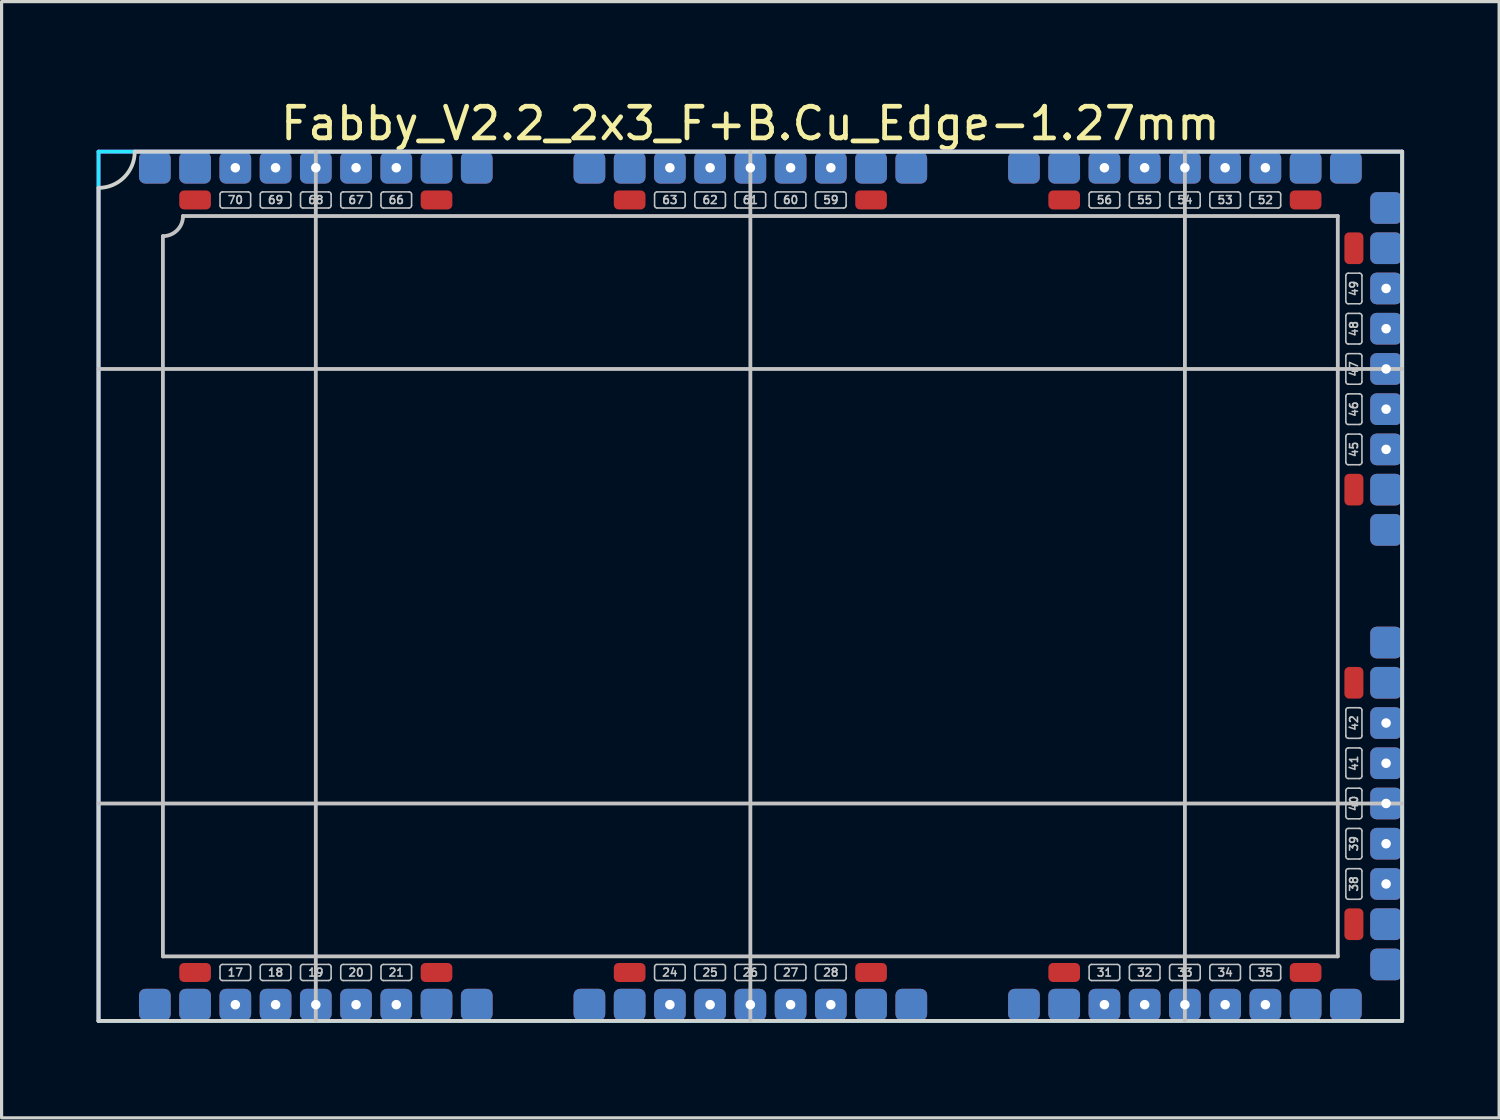
<source format=kicad_pcb>
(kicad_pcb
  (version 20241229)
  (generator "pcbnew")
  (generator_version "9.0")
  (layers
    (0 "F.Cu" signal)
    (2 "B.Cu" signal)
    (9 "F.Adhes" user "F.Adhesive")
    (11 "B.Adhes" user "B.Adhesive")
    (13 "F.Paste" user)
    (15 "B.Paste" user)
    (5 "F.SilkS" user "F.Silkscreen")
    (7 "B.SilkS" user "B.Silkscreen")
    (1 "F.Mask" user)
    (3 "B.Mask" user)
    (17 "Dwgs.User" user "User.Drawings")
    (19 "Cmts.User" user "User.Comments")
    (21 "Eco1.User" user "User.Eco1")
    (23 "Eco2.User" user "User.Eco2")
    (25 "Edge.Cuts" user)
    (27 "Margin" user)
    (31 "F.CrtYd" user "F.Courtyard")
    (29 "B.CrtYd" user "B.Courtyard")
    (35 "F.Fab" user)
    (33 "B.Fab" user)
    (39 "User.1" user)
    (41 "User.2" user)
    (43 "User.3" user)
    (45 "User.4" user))
  (footprint "Fabby_V2.2_2x3_F+B.Cu_Edge-1.27mm"
    (layer "F.Cu")
    (at 20.634 15.453)
    (property "Reference" "Fabby_V2.2_2x3_F+B.Cu_Edge-1.27mm" (at 0 -14.605 0) (layer "F.SilkS") (effects (font (size 1 1) (thickness 0.15))))
    (attr through_hole)
    (fp_line (start -18.542 11.684) (end -18.542 -11.049) (stroke (width 0.12) (type solid)) (layer "Dwgs.User"))
    (fp_line (start -17.907 -11.684) (end 18.542 -11.684) (stroke (width 0.12) (type solid)) (layer "Dwgs.User"))
    (fp_line (start -16.739 -12.014) (end -16.739 -12.37) (stroke (width 0.05) (type solid)) (layer "Dwgs.User"))
    (fp_line (start -16.739 12.37) (end -16.739 12.014) (stroke (width 0.05) (type solid)) (layer "Dwgs.User"))
    (fp_line (start -15.85 -12.446) (end -16.662 -12.446) (stroke (width 0.05) (type solid)) (layer "Dwgs.User"))
    (fp_line (start -15.85 -11.938) (end -16.662 -11.938) (stroke (width 0.05) (type solid)) (layer "Dwgs.User"))
    (fp_line (start -15.85 11.938) (end -16.662 11.938) (stroke (width 0.05) (type solid)) (layer "Dwgs.User"))
    (fp_line (start -15.85 12.446) (end -16.662 12.446) (stroke (width 0.05) (type solid)) (layer "Dwgs.User"))
    (fp_line (start -15.773 -12.014) (end -15.773 -12.37) (stroke (width 0.05) (type solid)) (layer "Dwgs.User"))
    (fp_line (start -15.773 12.37) (end -15.773 12.014) (stroke (width 0.05) (type solid)) (layer "Dwgs.User"))
    (fp_line (start -15.469 -12.014) (end -15.469 -12.37) (stroke (width 0.05) (type solid)) (layer "Dwgs.User"))
    (fp_line (start -15.469 12.37) (end -15.469 12.014) (stroke (width 0.05) (type solid)) (layer "Dwgs.User"))
    (fp_line (start -14.58 -12.446) (end -15.392 -12.446) (stroke (width 0.05) (type solid)) (layer "Dwgs.User"))
    (fp_line (start -14.58 -11.938) (end -15.392 -11.938) (stroke (width 0.05) (type solid)) (layer "Dwgs.User"))
    (fp_line (start -14.58 11.938) (end -15.392 11.938) (stroke (width 0.05) (type solid)) (layer "Dwgs.User"))
    (fp_line (start -14.58 12.446) (end -15.392 12.446) (stroke (width 0.05) (type solid)) (layer "Dwgs.User"))
    (fp_line (start -14.503 -12.014) (end -14.503 -12.37) (stroke (width 0.05) (type solid)) (layer "Dwgs.User"))
    (fp_line (start -14.503 12.37) (end -14.503 12.014) (stroke (width 0.05) (type solid)) (layer "Dwgs.User"))
    (fp_line (start -14.199 -12.014) (end -14.199 -12.37) (stroke (width 0.05) (type solid)) (layer "Dwgs.User"))
    (fp_line (start -14.199 12.37) (end -14.199 12.014) (stroke (width 0.05) (type solid)) (layer "Dwgs.User"))
    (fp_line (start -13.716 13.716) (end -13.716 -13.716) (stroke (width 0.12) (type solid)) (layer "Dwgs.User"))
    (fp_line (start -13.31 -12.446) (end -14.122 -12.446) (stroke (width 0.05) (type solid)) (layer "Dwgs.User"))
    (fp_line (start -13.31 -11.938) (end -14.122 -11.938) (stroke (width 0.05) (type solid)) (layer "Dwgs.User"))
    (fp_line (start -13.31 11.938) (end -14.122 11.938) (stroke (width 0.05) (type solid)) (layer "Dwgs.User"))
    (fp_line (start -13.31 12.446) (end -14.122 12.446) (stroke (width 0.05) (type solid)) (layer "Dwgs.User"))
    (fp_line (start -13.233 -12.014) (end -13.233 -12.37) (stroke (width 0.05) (type solid)) (layer "Dwgs.User"))
    (fp_line (start -13.233 12.37) (end -13.233 12.014) (stroke (width 0.05) (type solid)) (layer "Dwgs.User"))
    (fp_line (start -12.929 -12.014) (end -12.929 -12.37) (stroke (width 0.05) (type solid)) (layer "Dwgs.User"))
    (fp_line (start -12.929 12.37) (end -12.929 12.014) (stroke (width 0.05) (type solid)) (layer "Dwgs.User"))
    (fp_line (start -12.04 -12.446) (end -12.852 -12.446) (stroke (width 0.05) (type solid)) (layer "Dwgs.User"))
    (fp_line (start -12.04 -11.938) (end -12.852 -11.938) (stroke (width 0.05) (type solid)) (layer "Dwgs.User"))
    (fp_line (start -12.04 11.938) (end -12.852 11.938) (stroke (width 0.05) (type solid)) (layer "Dwgs.User"))
    (fp_line (start -12.04 12.446) (end -12.852 12.446) (stroke (width 0.05) (type solid)) (layer "Dwgs.User"))
    (fp_line (start -11.963 -12.014) (end -11.963 -12.37) (stroke (width 0.05) (type solid)) (layer "Dwgs.User"))
    (fp_line (start -11.963 12.37) (end -11.963 12.014) (stroke (width 0.05) (type solid)) (layer "Dwgs.User"))
    (fp_line (start -11.659 -12.014) (end -11.659 -12.37) (stroke (width 0.05) (type solid)) (layer "Dwgs.User"))
    (fp_line (start -11.659 12.37) (end -11.659 12.014) (stroke (width 0.05) (type solid)) (layer "Dwgs.User"))
    (fp_line (start -10.77 -12.446) (end -11.582 -12.446) (stroke (width 0.05) (type solid)) (layer "Dwgs.User"))
    (fp_line (start -10.77 -11.938) (end -11.582 -11.938) (stroke (width 0.05) (type solid)) (layer "Dwgs.User"))
    (fp_line (start -10.77 11.938) (end -11.582 11.938) (stroke (width 0.05) (type solid)) (layer "Dwgs.User"))
    (fp_line (start -10.77 12.446) (end -11.582 12.446) (stroke (width 0.05) (type solid)) (layer "Dwgs.User"))
    (fp_line (start -10.693 -12.014) (end -10.693 -12.37) (stroke (width 0.05) (type solid)) (layer "Dwgs.User"))
    (fp_line (start -10.693 12.37) (end -10.693 12.014) (stroke (width 0.05) (type solid)) (layer "Dwgs.User"))
    (fp_line (start -3.023 -12.014) (end -3.023 -12.37) (stroke (width 0.05) (type solid)) (layer "Dwgs.User"))
    (fp_line (start -3.023 12.37) (end -3.023 12.014) (stroke (width 0.05) (type solid)) (layer "Dwgs.User"))
    (fp_line (start -2.134 -12.446) (end -2.946 -12.446) (stroke (width 0.05) (type solid)) (layer "Dwgs.User"))
    (fp_line (start -2.134 -11.938) (end -2.946 -11.938) (stroke (width 0.05) (type solid)) (layer "Dwgs.User"))
    (fp_line (start -2.134 11.938) (end -2.946 11.938) (stroke (width 0.05) (type solid)) (layer "Dwgs.User"))
    (fp_line (start -2.134 12.446) (end -2.946 12.446) (stroke (width 0.05) (type solid)) (layer "Dwgs.User"))
    (fp_line (start -2.057 -12.014) (end -2.057 -12.37) (stroke (width 0.05) (type solid)) (layer "Dwgs.User"))
    (fp_line (start -2.057 12.37) (end -2.057 12.014) (stroke (width 0.05) (type solid)) (layer "Dwgs.User"))
    (fp_line (start -1.753 -12.014) (end -1.753 -12.37) (stroke (width 0.05) (type solid)) (layer "Dwgs.User"))
    (fp_line (start -1.753 12.37) (end -1.753 12.014) (stroke (width 0.05) (type solid)) (layer "Dwgs.User"))
    (fp_line (start -0.864 -12.446) (end -1.676 -12.446) (stroke (width 0.05) (type solid)) (layer "Dwgs.User"))
    (fp_line (start -0.864 -11.938) (end -1.676 -11.938) (stroke (width 0.05) (type solid)) (layer "Dwgs.User"))
    (fp_line (start -0.864 11.938) (end -1.676 11.938) (stroke (width 0.05) (type solid)) (layer "Dwgs.User"))
    (fp_line (start -0.864 12.446) (end -1.676 12.446) (stroke (width 0.05) (type solid)) (layer "Dwgs.User"))
    (fp_line (start -0.787 -12.014) (end -0.787 -12.37) (stroke (width 0.05) (type solid)) (layer "Dwgs.User"))
    (fp_line (start -0.787 12.37) (end -0.787 12.014) (stroke (width 0.05) (type solid)) (layer "Dwgs.User"))
    (fp_line (start -0.483 -12.014) (end -0.483 -12.37) (stroke (width 0.05) (type solid)) (layer "Dwgs.User"))
    (fp_line (start -0.483 12.37) (end -0.483 12.014) (stroke (width 0.05) (type solid)) (layer "Dwgs.User"))
    (fp_line (start 0 -13.716) (end 0 13.716) (stroke (width 0.12) (type solid)) (layer "Dwgs.User"))
    (fp_line (start 0.406 -12.446) (end -0.406 -12.446) (stroke (width 0.05) (type solid)) (layer "Dwgs.User"))
    (fp_line (start 0.406 -11.938) (end -0.406 -11.938) (stroke (width 0.05) (type solid)) (layer "Dwgs.User"))
    (fp_line (start 0.406 11.938) (end -0.406 11.938) (stroke (width 0.05) (type solid)) (layer "Dwgs.User"))
    (fp_line (start 0.406 12.446) (end -0.406 12.446) (stroke (width 0.05) (type solid)) (layer "Dwgs.User"))
    (fp_line (start 0.483 -12.014) (end 0.483 -12.37) (stroke (width 0.05) (type solid)) (layer "Dwgs.User"))
    (fp_line (start 0.483 12.37) (end 0.483 12.014) (stroke (width 0.05) (type solid)) (layer "Dwgs.User"))
    (fp_line (start 0.787 -12.014) (end 0.787 -12.37) (stroke (width 0.05) (type solid)) (layer "Dwgs.User"))
    (fp_line (start 0.787 12.37) (end 0.787 12.014) (stroke (width 0.05) (type solid)) (layer "Dwgs.User"))
    (fp_line (start 1.676 -12.446) (end 0.864 -12.446) (stroke (width 0.05) (type solid)) (layer "Dwgs.User"))
    (fp_line (start 1.676 -11.938) (end 0.864 -11.938) (stroke (width 0.05) (type solid)) (layer "Dwgs.User"))
    (fp_line (start 1.676 11.938) (end 0.864 11.938) (stroke (width 0.05) (type solid)) (layer "Dwgs.User"))
    (fp_line (start 1.676 12.446) (end 0.864 12.446) (stroke (width 0.05) (type solid)) (layer "Dwgs.User"))
    (fp_line (start 1.753 -12.014) (end 1.753 -12.37) (stroke (width 0.05) (type solid)) (layer "Dwgs.User"))
    (fp_line (start 1.753 12.37) (end 1.753 12.014) (stroke (width 0.05) (type solid)) (layer "Dwgs.User"))
    (fp_line (start 2.057 -12.014) (end 2.057 -12.37) (stroke (width 0.05) (type solid)) (layer "Dwgs.User"))
    (fp_line (start 2.057 12.37) (end 2.057 12.014) (stroke (width 0.05) (type solid)) (layer "Dwgs.User"))
    (fp_line (start 2.946 -12.446) (end 2.134 -12.446) (stroke (width 0.05) (type solid)) (layer "Dwgs.User"))
    (fp_line (start 2.946 -11.938) (end 2.134 -11.938) (stroke (width 0.05) (type solid)) (layer "Dwgs.User"))
    (fp_line (start 2.946 11.938) (end 2.134 11.938) (stroke (width 0.05) (type solid)) (layer "Dwgs.User"))
    (fp_line (start 2.946 12.446) (end 2.134 12.446) (stroke (width 0.05) (type solid)) (layer "Dwgs.User"))
    (fp_line (start 3.023 -12.014) (end 3.023 -12.37) (stroke (width 0.05) (type solid)) (layer "Dwgs.User"))
    (fp_line (start 3.023 12.37) (end 3.023 12.014) (stroke (width 0.05) (type solid)) (layer "Dwgs.User"))
    (fp_line (start 10.693 -12.014) (end 10.693 -12.37) (stroke (width 0.05) (type solid)) (layer "Dwgs.User"))
    (fp_line (start 10.693 12.014) (end 10.693 12.37) (stroke (width 0.05) (type solid)) (layer "Dwgs.User"))
    (fp_line (start 10.77 11.938) (end 11.582 11.938) (stroke (width 0.05) (type solid)) (layer "Dwgs.User"))
    (fp_line (start 10.77 12.446) (end 11.582 12.446) (stroke (width 0.05) (type solid)) (layer "Dwgs.User"))
    (fp_line (start 11.582 -12.446) (end 10.77 -12.446) (stroke (width 0.05) (type solid)) (layer "Dwgs.User"))
    (fp_line (start 11.582 -11.938) (end 10.77 -11.938) (stroke (width 0.05) (type solid)) (layer "Dwgs.User"))
    (fp_line (start 11.659 -12.014) (end 11.659 -12.37) (stroke (width 0.05) (type solid)) (layer "Dwgs.User"))
    (fp_line (start 11.659 12.014) (end 11.659 12.37) (stroke (width 0.05) (type solid)) (layer "Dwgs.User"))
    (fp_line (start 11.963 -12.014) (end 11.963 -12.37) (stroke (width 0.05) (type solid)) (layer "Dwgs.User"))
    (fp_line (start 11.963 12.014) (end 11.963 12.37) (stroke (width 0.05) (type solid)) (layer "Dwgs.User"))
    (fp_line (start 12.04 11.938) (end 12.852 11.938) (stroke (width 0.05) (type solid)) (layer "Dwgs.User"))
    (fp_line (start 12.04 12.446) (end 12.852 12.446) (stroke (width 0.05) (type solid)) (layer "Dwgs.User"))
    (fp_line (start 12.852 -12.446) (end 12.04 -12.446) (stroke (width 0.05) (type solid)) (layer "Dwgs.User"))
    (fp_line (start 12.852 -11.938) (end 12.04 -11.938) (stroke (width 0.05) (type solid)) (layer "Dwgs.User"))
    (fp_line (start 12.929 -12.014) (end 12.929 -12.37) (stroke (width 0.05) (type solid)) (layer "Dwgs.User"))
    (fp_line (start 12.929 12.014) (end 12.929 12.37) (stroke (width 0.05) (type solid)) (layer "Dwgs.User"))
    (fp_line (start 13.233 -12.014) (end 13.233 -12.37) (stroke (width 0.05) (type solid)) (layer "Dwgs.User"))
    (fp_line (start 13.233 12.014) (end 13.233 12.37) (stroke (width 0.05) (type solid)) (layer "Dwgs.User"))
    (fp_line (start 13.31 11.938) (end 14.122 11.938) (stroke (width 0.05) (type solid)) (layer "Dwgs.User"))
    (fp_line (start 13.31 12.446) (end 14.122 12.446) (stroke (width 0.05) (type solid)) (layer "Dwgs.User"))
    (fp_line (start 13.716 13.716) (end 13.716 -13.716) (stroke (width 0.12) (type solid)) (layer "Dwgs.User"))
    (fp_line (start 14.122 -12.446) (end 13.31 -12.446) (stroke (width 0.05) (type solid)) (layer "Dwgs.User"))
    (fp_line (start 14.122 -11.938) (end 13.31 -11.938) (stroke (width 0.05) (type solid)) (layer "Dwgs.User"))
    (fp_line (start 14.199 -12.014) (end 14.199 -12.37) (stroke (width 0.05) (type solid)) (layer "Dwgs.User"))
    (fp_line (start 14.199 12.014) (end 14.199 12.37) (stroke (width 0.05) (type solid)) (layer "Dwgs.User"))
    (fp_line (start 14.503 -12.014) (end 14.503 -12.37) (stroke (width 0.05) (type solid)) (layer "Dwgs.User"))
    (fp_line (start 14.503 12.014) (end 14.503 12.37) (stroke (width 0.05) (type solid)) (layer "Dwgs.User"))
    (fp_line (start 14.58 11.938) (end 15.392 11.938) (stroke (width 0.05) (type solid)) (layer "Dwgs.User"))
    (fp_line (start 14.58 12.446) (end 15.392 12.446) (stroke (width 0.05) (type solid)) (layer "Dwgs.User"))
    (fp_line (start 15.392 -12.446) (end 14.58 -12.446) (stroke (width 0.05) (type solid)) (layer "Dwgs.User"))
    (fp_line (start 15.392 -11.938) (end 14.58 -11.938) (stroke (width 0.05) (type solid)) (layer "Dwgs.User"))
    (fp_line (start 15.469 -12.014) (end 15.469 -12.37) (stroke (width 0.05) (type solid)) (layer "Dwgs.User"))
    (fp_line (start 15.469 12.014) (end 15.469 12.37) (stroke (width 0.05) (type solid)) (layer "Dwgs.User"))
    (fp_line (start 15.773 -12.014) (end 15.773 -12.37) (stroke (width 0.05) (type solid)) (layer "Dwgs.User"))
    (fp_line (start 15.773 12.014) (end 15.773 12.37) (stroke (width 0.05) (type solid)) (layer "Dwgs.User"))
    (fp_line (start 15.85 11.938) (end 16.662 11.938) (stroke (width 0.05) (type solid)) (layer "Dwgs.User"))
    (fp_line (start 15.85 12.446) (end 16.662 12.446) (stroke (width 0.05) (type solid)) (layer "Dwgs.User"))
    (fp_line (start 16.662 -12.446) (end 15.85 -12.446) (stroke (width 0.05) (type solid)) (layer "Dwgs.User"))
    (fp_line (start 16.662 -11.938) (end 15.85 -11.938) (stroke (width 0.05) (type solid)) (layer "Dwgs.User"))
    (fp_line (start 16.739 -12.014) (end 16.739 -12.37) (stroke (width 0.05) (type solid)) (layer "Dwgs.User"))
    (fp_line (start 16.739 12.014) (end 16.739 12.37) (stroke (width 0.05) (type solid)) (layer "Dwgs.User"))
    (fp_line (start 18.542 -11.684) (end 18.542 11.684) (stroke (width 0.12) (type solid)) (layer "Dwgs.User"))
    (fp_line (start 18.542 11.684) (end -18.542 11.684) (stroke (width 0.12) (type solid)) (layer "Dwgs.User"))
    (fp_line (start 18.796 -8.992) (end 18.796 -9.804) (stroke (width 0.05) (type solid)) (layer "Dwgs.User"))
    (fp_line (start 18.796 -7.722) (end 18.796 -8.534) (stroke (width 0.05) (type solid)) (layer "Dwgs.User"))
    (fp_line (start 18.796 -6.452) (end 18.796 -7.264) (stroke (width 0.05) (type solid)) (layer "Dwgs.User"))
    (fp_line (start 18.796 -5.182) (end 18.796 -5.994) (stroke (width 0.05) (type solid)) (layer "Dwgs.User"))
    (fp_line (start 18.796 -3.912) (end 18.796 -4.724) (stroke (width 0.05) (type solid)) (layer "Dwgs.User"))
    (fp_line (start 18.796 4.724) (end 18.796 3.912) (stroke (width 0.05) (type solid)) (layer "Dwgs.User"))
    (fp_line (start 18.796 5.994) (end 18.796 5.182) (stroke (width 0.05) (type solid)) (layer "Dwgs.User"))
    (fp_line (start 18.796 7.264) (end 18.796 6.452) (stroke (width 0.05) (type solid)) (layer "Dwgs.User"))
    (fp_line (start 18.796 8.534) (end 18.796 7.722) (stroke (width 0.05) (type solid)) (layer "Dwgs.User"))
    (fp_line (start 18.796 9.804) (end 18.796 8.992) (stroke (width 0.05) (type solid)) (layer "Dwgs.User"))
    (fp_line (start 18.872 -9.881) (end 19.228 -9.881) (stroke (width 0.05) (type solid)) (layer "Dwgs.User"))
    (fp_line (start 18.872 -8.915) (end 19.228 -8.915) (stroke (width 0.05) (type solid)) (layer "Dwgs.User"))
    (fp_line (start 18.872 -8.611) (end 19.228 -8.611) (stroke (width 0.05) (type solid)) (layer "Dwgs.User"))
    (fp_line (start 18.872 -7.645) (end 19.228 -7.645) (stroke (width 0.05) (type solid)) (layer "Dwgs.User"))
    (fp_line (start 18.872 -7.341) (end 19.228 -7.341) (stroke (width 0.05) (type solid)) (layer "Dwgs.User"))
    (fp_line (start 18.872 -6.375) (end 19.228 -6.375) (stroke (width 0.05) (type solid)) (layer "Dwgs.User"))
    (fp_line (start 18.872 -6.071) (end 19.228 -6.071) (stroke (width 0.05) (type solid)) (layer "Dwgs.User"))
    (fp_line (start 18.872 -5.105) (end 19.228 -5.105) (stroke (width 0.05) (type solid)) (layer "Dwgs.User"))
    (fp_line (start 18.872 -4.801) (end 19.228 -4.801) (stroke (width 0.05) (type solid)) (layer "Dwgs.User"))
    (fp_line (start 18.872 -3.835) (end 19.228 -3.835) (stroke (width 0.05) (type solid)) (layer "Dwgs.User"))
    (fp_line (start 18.872 3.835) (end 19.228 3.835) (stroke (width 0.05) (type solid)) (layer "Dwgs.User"))
    (fp_line (start 18.872 4.801) (end 19.228 4.801) (stroke (width 0.05) (type solid)) (layer "Dwgs.User"))
    (fp_line (start 18.872 5.105) (end 19.228 5.105) (stroke (width 0.05) (type solid)) (layer "Dwgs.User"))
    (fp_line (start 18.872 6.071) (end 19.228 6.071) (stroke (width 0.05) (type solid)) (layer "Dwgs.User"))
    (fp_line (start 18.872 6.375) (end 19.228 6.375) (stroke (width 0.05) (type solid)) (layer "Dwgs.User"))
    (fp_line (start 18.872 7.341) (end 19.228 7.341) (stroke (width 0.05) (type solid)) (layer "Dwgs.User"))
    (fp_line (start 18.872 7.645) (end 19.228 7.645) (stroke (width 0.05) (type solid)) (layer "Dwgs.User"))
    (fp_line (start 18.872 8.611) (end 19.228 8.611) (stroke (width 0.05) (type solid)) (layer "Dwgs.User"))
    (fp_line (start 18.872 8.915) (end 19.228 8.915) (stroke (width 0.05) (type solid)) (layer "Dwgs.User"))
    (fp_line (start 18.872 9.881) (end 19.228 9.881) (stroke (width 0.05) (type solid)) (layer "Dwgs.User"))
    (fp_line (start 19.304 -8.992) (end 19.304 -9.804) (stroke (width 0.05) (type solid)) (layer "Dwgs.User"))
    (fp_line (start 19.304 -7.722) (end 19.304 -8.534) (stroke (width 0.05) (type solid)) (layer "Dwgs.User"))
    (fp_line (start 19.304 -6.452) (end 19.304 -7.264) (stroke (width 0.05) (type solid)) (layer "Dwgs.User"))
    (fp_line (start 19.304 -5.182) (end 19.304 -5.994) (stroke (width 0.05) (type solid)) (layer "Dwgs.User"))
    (fp_line (start 19.304 -3.912) (end 19.304 -4.724) (stroke (width 0.05) (type solid)) (layer "Dwgs.User"))
    (fp_line (start 19.304 4.724) (end 19.304 3.912) (stroke (width 0.05) (type solid)) (layer "Dwgs.User"))
    (fp_line (start 19.304 5.994) (end 19.304 5.182) (stroke (width 0.05) (type solid)) (layer "Dwgs.User"))
    (fp_line (start 19.304 7.264) (end 19.304 6.452) (stroke (width 0.05) (type solid)) (layer "Dwgs.User"))
    (fp_line (start 19.304 8.534) (end 19.304 7.722) (stroke (width 0.05) (type solid)) (layer "Dwgs.User"))
    (fp_line (start 19.304 9.804) (end 19.304 8.992) (stroke (width 0.05) (type solid)) (layer "Dwgs.User"))
    (fp_line (start 20.574 -6.858) (end -20.574 -6.858) (stroke (width 0.12) (type solid)) (layer "Dwgs.User"))
    (fp_line (start 20.574 6.858) (end -20.574 6.858) (stroke (width 0.12) (type solid)) (layer "Dwgs.User"))
    (fp_arc (start -17.907 -11.684) (mid -18.092987 -11.234987) (end -18.542 -11.049) (stroke (width 0.12) (type solid)) (layer "Dwgs.User"))
    (fp_arc (start -16.7386 -12.3698) (mid -16.716282 -12.423682) (end -16.6624 -12.446) (stroke (width 0.05) (type solid)) (layer "Dwgs.User"))
    (fp_arc (start -16.7386 12.0142) (mid -16.716282 11.960318) (end -16.6624 11.938) (stroke (width 0.05) (type solid)) (layer "Dwgs.User"))
    (fp_arc (start -16.6624 -11.938) (mid -16.716282 -11.960318) (end -16.7386 -12.0142) (stroke (width 0.05) (type solid)) (layer "Dwgs.User"))
    (fp_arc (start -16.6624 12.446) (mid -16.716282 12.423682) (end -16.7386 12.3698) (stroke (width 0.05) (type solid)) (layer "Dwgs.User"))
    (fp_arc (start -15.8496 -12.446) (mid -15.795718 -12.423682) (end -15.7734 -12.3698) (stroke (width 0.05) (type solid)) (layer "Dwgs.User"))
    (fp_arc (start -15.8496 11.938) (mid -15.795718 11.960318) (end -15.7734 12.0142) (stroke (width 0.05) (type solid)) (layer "Dwgs.User"))
    (fp_arc (start -15.7734 -12.0142) (mid -15.795718 -11.960318) (end -15.8496 -11.938) (stroke (width 0.05) (type solid)) (layer "Dwgs.User"))
    (fp_arc (start -15.7734 12.3698) (mid -15.795718 12.423682) (end -15.8496 12.446) (stroke (width 0.05) (type solid)) (layer "Dwgs.User"))
    (fp_arc (start -15.4686 -12.3698) (mid -15.446282 -12.423682) (end -15.3924 -12.446) (stroke (width 0.05) (type solid)) (layer "Dwgs.User"))
    (fp_arc (start -15.4686 12.0142) (mid -15.446282 11.960318) (end -15.3924 11.938) (stroke (width 0.05) (type solid)) (layer "Dwgs.User"))
    (fp_arc (start -15.3924 -11.938) (mid -15.446282 -11.960318) (end -15.4686 -12.0142) (stroke (width 0.05) (type solid)) (layer "Dwgs.User"))
    (fp_arc (start -15.3924 12.446) (mid -15.446282 12.423682) (end -15.4686 12.3698) (stroke (width 0.05) (type solid)) (layer "Dwgs.User"))
    (fp_arc (start -14.5796 -12.446) (mid -14.525718 -12.423682) (end -14.5034 -12.3698) (stroke (width 0.05) (type solid)) (layer "Dwgs.User"))
    (fp_arc (start -14.5796 11.938) (mid -14.525718 11.960318) (end -14.5034 12.0142) (stroke (width 0.05) (type solid)) (layer "Dwgs.User"))
    (fp_arc (start -14.5034 -12.0142) (mid -14.525718 -11.960318) (end -14.5796 -11.938) (stroke (width 0.05) (type solid)) (layer "Dwgs.User"))
    (fp_arc (start -14.5034 12.3698) (mid -14.525718 12.423682) (end -14.5796 12.446) (stroke (width 0.05) (type solid)) (layer "Dwgs.User"))
    (fp_arc (start -14.1986 -12.3698) (mid -14.176282 -12.423682) (end -14.1224 -12.446) (stroke (width 0.05) (type solid)) (layer "Dwgs.User"))
    (fp_arc (start -14.1986 12.0142) (mid -14.176282 11.960318) (end -14.1224 11.938) (stroke (width 0.05) (type solid)) (layer "Dwgs.User"))
    (fp_arc (start -14.1224 -11.938) (mid -14.176282 -11.960318) (end -14.1986 -12.0142) (stroke (width 0.05) (type solid)) (layer "Dwgs.User"))
    (fp_arc (start -14.1224 12.446) (mid -14.176282 12.423682) (end -14.1986 12.3698) (stroke (width 0.05) (type solid)) (layer "Dwgs.User"))
    (fp_arc (start -13.3096 -12.446) (mid -13.255718 -12.423682) (end -13.2334 -12.3698) (stroke (width 0.05) (type solid)) (layer "Dwgs.User"))
    (fp_arc (start -13.3096 11.938) (mid -13.255718 11.960318) (end -13.2334 12.0142) (stroke (width 0.05) (type solid)) (layer "Dwgs.User"))
    (fp_arc (start -13.2334 -12.0142) (mid -13.255718 -11.960318) (end -13.3096 -11.938) (stroke (width 0.05) (type solid)) (layer "Dwgs.User"))
    (fp_arc (start -13.2334 12.3698) (mid -13.255718 12.423682) (end -13.3096 12.446) (stroke (width 0.05) (type solid)) (layer "Dwgs.User"))
    (fp_arc (start -12.9286 -12.3698) (mid -12.906282 -12.423682) (end -12.8524 -12.446) (stroke (width 0.05) (type solid)) (layer "Dwgs.User"))
    (fp_arc (start -12.9286 12.0142) (mid -12.906282 11.960318) (end -12.8524 11.938) (stroke (width 0.05) (type solid)) (layer "Dwgs.User"))
    (fp_arc (start -12.8524 -11.938) (mid -12.906282 -11.960318) (end -12.9286 -12.0142) (stroke (width 0.05) (type solid)) (layer "Dwgs.User"))
    (fp_arc (start -12.8524 12.446) (mid -12.906282 12.423682) (end -12.9286 12.3698) (stroke (width 0.05) (type solid)) (layer "Dwgs.User"))
    (fp_arc (start -12.0396 -12.446) (mid -11.985718 -12.423682) (end -11.9634 -12.3698) (stroke (width 0.05) (type solid)) (layer "Dwgs.User"))
    (fp_arc (start -12.0396 11.938) (mid -11.985718 11.960318) (end -11.9634 12.0142) (stroke (width 0.05) (type solid)) (layer "Dwgs.User"))
    (fp_arc (start -11.9634 -12.0142) (mid -11.985718 -11.960318) (end -12.0396 -11.938) (stroke (width 0.05) (type solid)) (layer "Dwgs.User"))
    (fp_arc (start -11.9634 12.3698) (mid -11.985718 12.423682) (end -12.0396 12.446) (stroke (width 0.05) (type solid)) (layer "Dwgs.User"))
    (fp_arc (start -11.6586 -12.3698) (mid -11.636282 -12.423682) (end -11.5824 -12.446) (stroke (width 0.05) (type solid)) (layer "Dwgs.User"))
    (fp_arc (start -11.6586 12.0142) (mid -11.636282 11.960318) (end -11.5824 11.938) (stroke (width 0.05) (type solid)) (layer "Dwgs.User"))
    (fp_arc (start -11.5824 -11.938) (mid -11.636282 -11.960318) (end -11.6586 -12.0142) (stroke (width 0.05) (type solid)) (layer "Dwgs.User"))
    (fp_arc (start -11.5824 12.446) (mid -11.636282 12.423682) (end -11.6586 12.3698) (stroke (width 0.05) (type solid)) (layer "Dwgs.User"))
    (fp_arc (start -10.7696 -12.446) (mid -10.715718 -12.423682) (end -10.6934 -12.3698) (stroke (width 0.05) (type solid)) (layer "Dwgs.User"))
    (fp_arc (start -10.7696 11.938) (mid -10.715718 11.960318) (end -10.6934 12.0142) (stroke (width 0.05) (type solid)) (layer "Dwgs.User"))
    (fp_arc (start -10.6934 -12.0142) (mid -10.715718 -11.960318) (end -10.7696 -11.938) (stroke (width 0.05) (type solid)) (layer "Dwgs.User"))
    (fp_arc (start -10.6934 12.3698) (mid -10.715718 12.423682) (end -10.7696 12.446) (stroke (width 0.05) (type solid)) (layer "Dwgs.User"))
    (fp_arc (start -3.0226 -12.3698) (mid -3.000282 -12.423682) (end -2.9464 -12.446) (stroke (width 0.05) (type solid)) (layer "Dwgs.User"))
    (fp_arc (start -3.0226 12.0142) (mid -3.000282 11.960318) (end -2.9464 11.938) (stroke (width 0.05) (type solid)) (layer "Dwgs.User"))
    (fp_arc (start -2.9464 -11.938) (mid -3.000282 -11.960318) (end -3.0226 -12.0142) (stroke (width 0.05) (type solid)) (layer "Dwgs.User"))
    (fp_arc (start -2.9464 12.446) (mid -3.000282 12.423682) (end -3.0226 12.3698) (stroke (width 0.05) (type solid)) (layer "Dwgs.User"))
    (fp_arc (start -2.1336 -12.446) (mid -2.079718 -12.423682) (end -2.0574 -12.3698) (stroke (width 0.05) (type solid)) (layer "Dwgs.User"))
    (fp_arc (start -2.1336 11.938) (mid -2.079718 11.960318) (end -2.0574 12.0142) (stroke (width 0.05) (type solid)) (layer "Dwgs.User"))
    (fp_arc (start -2.0574 -12.0142) (mid -2.079718 -11.960318) (end -2.1336 -11.938) (stroke (width 0.05) (type solid)) (layer "Dwgs.User"))
    (fp_arc (start -2.0574 12.3698) (mid -2.079718 12.423682) (end -2.1336 12.446) (stroke (width 0.05) (type solid)) (layer "Dwgs.User"))
    (fp_arc (start -1.7526 -12.3698) (mid -1.730282 -12.423682) (end -1.6764 -12.446) (stroke (width 0.05) (type solid)) (layer "Dwgs.User"))
    (fp_arc (start -1.7526 12.0142) (mid -1.730282 11.960318) (end -1.6764 11.938) (stroke (width 0.05) (type solid)) (layer "Dwgs.User"))
    (fp_arc (start -1.6764 -11.938) (mid -1.730282 -11.960318) (end -1.7526 -12.0142) (stroke (width 0.05) (type solid)) (layer "Dwgs.User"))
    (fp_arc (start -1.6764 12.446) (mid -1.730282 12.423682) (end -1.7526 12.3698) (stroke (width 0.05) (type solid)) (layer "Dwgs.User"))
    (fp_arc (start -0.8636 -12.446) (mid -0.809718 -12.423682) (end -0.7874 -12.3698) (stroke (width 0.05) (type solid)) (layer "Dwgs.User"))
    (fp_arc (start -0.8636 11.938) (mid -0.809718 11.960318) (end -0.7874 12.0142) (stroke (width 0.05) (type solid)) (layer "Dwgs.User"))
    (fp_arc (start -0.7874 -12.0142) (mid -0.809718 -11.960318) (end -0.8636 -11.938) (stroke (width 0.05) (type solid)) (layer "Dwgs.User"))
    (fp_arc (start -0.7874 12.3698) (mid -0.809718 12.423682) (end -0.8636 12.446) (stroke (width 0.05) (type solid)) (layer "Dwgs.User"))
    (fp_arc (start -0.4826 -12.3698) (mid -0.460282 -12.423682) (end -0.4064 -12.446) (stroke (width 0.05) (type solid)) (layer "Dwgs.User"))
    (fp_arc (start -0.4826 12.0142) (mid -0.460282 11.960318) (end -0.4064 11.938) (stroke (width 0.05) (type solid)) (layer "Dwgs.User"))
    (fp_arc (start -0.4064 -11.938) (mid -0.460282 -11.960318) (end -0.4826 -12.0142) (stroke (width 0.05) (type solid)) (layer "Dwgs.User"))
    (fp_arc (start -0.4064 12.446) (mid -0.460282 12.423682) (end -0.4826 12.3698) (stroke (width 0.05) (type solid)) (layer "Dwgs.User"))
    (fp_arc (start 0.4064 -12.446) (mid 0.460282 -12.423682) (end 0.4826 -12.3698) (stroke (width 0.05) (type solid)) (layer "Dwgs.User"))
    (fp_arc (start 0.4064 11.938) (mid 0.460282 11.960318) (end 0.4826 12.0142) (stroke (width 0.05) (type solid)) (layer "Dwgs.User"))
    (fp_arc (start 0.4826 -12.0142) (mid 0.460282 -11.960318) (end 0.4064 -11.938) (stroke (width 0.05) (type solid)) (layer "Dwgs.User"))
    (fp_arc (start 0.4826 12.3698) (mid 0.460282 12.423682) (end 0.4064 12.446) (stroke (width 0.05) (type solid)) (layer "Dwgs.User"))
    (fp_arc (start 0.7874 -12.3698) (mid 0.809718 -12.423682) (end 0.8636 -12.446) (stroke (width 0.05) (type solid)) (layer "Dwgs.User"))
    (fp_arc (start 0.7874 12.0142) (mid 0.809718 11.960318) (end 0.8636 11.938) (stroke (width 0.05) (type solid)) (layer "Dwgs.User"))
    (fp_arc (start 0.8636 -11.938) (mid 0.809718 -11.960318) (end 0.7874 -12.0142) (stroke (width 0.05) (type solid)) (layer "Dwgs.User"))
    (fp_arc (start 0.8636 12.446) (mid 0.809718 12.423682) (end 0.7874 12.3698) (stroke (width 0.05) (type solid)) (layer "Dwgs.User"))
    (fp_arc (start 1.6764 -12.446) (mid 1.730282 -12.423682) (end 1.7526 -12.3698) (stroke (width 0.05) (type solid)) (layer "Dwgs.User"))
    (fp_arc (start 1.6764 11.938) (mid 1.730282 11.960318) (end 1.7526 12.0142) (stroke (width 0.05) (type solid)) (layer "Dwgs.User"))
    (fp_arc (start 1.7526 -12.0142) (mid 1.730282 -11.960318) (end 1.6764 -11.938) (stroke (width 0.05) (type solid)) (layer "Dwgs.User"))
    (fp_arc (start 1.7526 12.3698) (mid 1.730282 12.423682) (end 1.6764 12.446) (stroke (width 0.05) (type solid)) (layer "Dwgs.User"))
    (fp_arc (start 2.0574 -12.3698) (mid 2.079718 -12.423682) (end 2.1336 -12.446) (stroke (width 0.05) (type solid)) (layer "Dwgs.User"))
    (fp_arc (start 2.0574 12.0142) (mid 2.079718 11.960318) (end 2.1336 11.938) (stroke (width 0.05) (type solid)) (layer "Dwgs.User"))
    (fp_arc (start 2.1336 -11.938) (mid 2.079718 -11.960318) (end 2.0574 -12.0142) (stroke (width 0.05) (type solid)) (layer "Dwgs.User"))
    (fp_arc (start 2.1336 12.446) (mid 2.079718 12.423682) (end 2.0574 12.3698) (stroke (width 0.05) (type solid)) (layer "Dwgs.User"))
    (fp_arc (start 2.9464 -12.446) (mid 3.000282 -12.423682) (end 3.0226 -12.3698) (stroke (width 0.05) (type solid)) (layer "Dwgs.User"))
    (fp_arc (start 2.9464 11.938) (mid 3.000282 11.960318) (end 3.0226 12.0142) (stroke (width 0.05) (type solid)) (layer "Dwgs.User"))
    (fp_arc (start 3.0226 -12.0142) (mid 3.000282 -11.960318) (end 2.9464 -11.938) (stroke (width 0.05) (type solid)) (layer "Dwgs.User"))
    (fp_arc (start 3.0226 12.3698) (mid 3.000282 12.423682) (end 2.9464 12.446) (stroke (width 0.05) (type solid)) (layer "Dwgs.User"))
    (fp_arc (start 10.6934 -12.3698) (mid 10.715718 -12.423682) (end 10.7696 -12.446) (stroke (width 0.05) (type solid)) (layer "Dwgs.User"))
    (fp_arc (start 10.6934 12.0142) (mid 10.715718 11.960318) (end 10.7696 11.938) (stroke (width 0.05) (type solid)) (layer "Dwgs.User"))
    (fp_arc (start 10.7696 -11.938) (mid 10.715718 -11.960318) (end 10.6934 -12.0142) (stroke (width 0.05) (type solid)) (layer "Dwgs.User"))
    (fp_arc (start 10.7696 12.446) (mid 10.715718 12.423682) (end 10.6934 12.3698) (stroke (width 0.05) (type solid)) (layer "Dwgs.User"))
    (fp_arc (start 11.5824 -12.446) (mid 11.636282 -12.423682) (end 11.6586 -12.3698) (stroke (width 0.05) (type solid)) (layer "Dwgs.User"))
    (fp_arc (start 11.5824 11.938) (mid 11.636282 11.960318) (end 11.6586 12.0142) (stroke (width 0.05) (type solid)) (layer "Dwgs.User"))
    (fp_arc (start 11.6586 -12.0142) (mid 11.636282 -11.960318) (end 11.5824 -11.938) (stroke (width 0.05) (type solid)) (layer "Dwgs.User"))
    (fp_arc (start 11.6586 12.3698) (mid 11.636282 12.423682) (end 11.5824 12.446) (stroke (width 0.05) (type solid)) (layer "Dwgs.User"))
    (fp_arc (start 11.9634 -12.3698) (mid 11.985718 -12.423682) (end 12.0396 -12.446) (stroke (width 0.05) (type solid)) (layer "Dwgs.User"))
    (fp_arc (start 11.9634 12.0142) (mid 11.985718 11.960318) (end 12.0396 11.938) (stroke (width 0.05) (type solid)) (layer "Dwgs.User"))
    (fp_arc (start 12.0396 -11.938) (mid 11.985718 -11.960318) (end 11.9634 -12.0142) (stroke (width 0.05) (type solid)) (layer "Dwgs.User"))
    (fp_arc (start 12.0396 12.446) (mid 11.985718 12.423682) (end 11.9634 12.3698) (stroke (width 0.05) (type solid)) (layer "Dwgs.User"))
    (fp_arc (start 12.8524 -12.446) (mid 12.906282 -12.423682) (end 12.9286 -12.3698) (stroke (width 0.05) (type solid)) (layer "Dwgs.User"))
    (fp_arc (start 12.8524 11.938) (mid 12.906282 11.960318) (end 12.9286 12.0142) (stroke (width 0.05) (type solid)) (layer "Dwgs.User"))
    (fp_arc (start 12.9286 -12.0142) (mid 12.906282 -11.960318) (end 12.8524 -11.938) (stroke (width 0.05) (type solid)) (layer "Dwgs.User"))
    (fp_arc (start 12.9286 12.3698) (mid 12.906282 12.423682) (end 12.8524 12.446) (stroke (width 0.05) (type solid)) (layer "Dwgs.User"))
    (fp_arc (start 13.2334 -12.3698) (mid 13.255718 -12.423682) (end 13.3096 -12.446) (stroke (width 0.05) (type solid)) (layer "Dwgs.User"))
    (fp_arc (start 13.2334 12.0142) (mid 13.255718 11.960318) (end 13.3096 11.938) (stroke (width 0.05) (type solid)) (layer "Dwgs.User"))
    (fp_arc (start 13.3096 -11.938) (mid 13.255718 -11.960318) (end 13.2334 -12.0142) (stroke (width 0.05) (type solid)) (layer "Dwgs.User"))
    (fp_arc (start 13.3096 12.446) (mid 13.255718 12.423682) (end 13.2334 12.3698) (stroke (width 0.05) (type solid)) (layer "Dwgs.User"))
    (fp_arc (start 14.1224 -12.446) (mid 14.176282 -12.423682) (end 14.1986 -12.3698) (stroke (width 0.05) (type solid)) (layer "Dwgs.User"))
    (fp_arc (start 14.1224 11.938) (mid 14.176282 11.960318) (end 14.1986 12.0142) (stroke (width 0.05) (type solid)) (layer "Dwgs.User"))
    (fp_arc (start 14.1986 -12.0142) (mid 14.176282 -11.960318) (end 14.1224 -11.938) (stroke (width 0.05) (type solid)) (layer "Dwgs.User"))
    (fp_arc (start 14.1986 12.3698) (mid 14.176282 12.423682) (end 14.1224 12.446) (stroke (width 0.05) (type solid)) (layer "Dwgs.User"))
    (fp_arc (start 14.5034 -12.3698) (mid 14.525718 -12.423682) (end 14.5796 -12.446) (stroke (width 0.05) (type solid)) (layer "Dwgs.User"))
    (fp_arc (start 14.5034 12.0142) (mid 14.525718 11.960318) (end 14.5796 11.938) (stroke (width 0.05) (type solid)) (layer "Dwgs.User"))
    (fp_arc (start 14.5796 -11.938) (mid 14.525718 -11.960318) (end 14.5034 -12.0142) (stroke (width 0.05) (type solid)) (layer "Dwgs.User"))
    (fp_arc (start 14.5796 12.446) (mid 14.525718 12.423682) (end 14.5034 12.3698) (stroke (width 0.05) (type solid)) (layer "Dwgs.User"))
    (fp_arc (start 15.3924 -12.446) (mid 15.446282 -12.423682) (end 15.4686 -12.3698) (stroke (width 0.05) (type solid)) (layer "Dwgs.User"))
    (fp_arc (start 15.3924 11.938) (mid 15.446282 11.960318) (end 15.4686 12.0142) (stroke (width 0.05) (type solid)) (layer "Dwgs.User"))
    (fp_arc (start 15.4686 -12.0142) (mid 15.446282 -11.960318) (end 15.3924 -11.938) (stroke (width 0.05) (type solid)) (layer "Dwgs.User"))
    (fp_arc (start 15.4686 12.3698) (mid 15.446282 12.423682) (end 15.3924 12.446) (stroke (width 0.05) (type solid)) (layer "Dwgs.User"))
    (fp_arc (start 15.7734 -12.3698) (mid 15.795718 -12.423682) (end 15.8496 -12.446) (stroke (width 0.05) (type solid)) (layer "Dwgs.User"))
    (fp_arc (start 15.7734 12.0142) (mid 15.795718 11.960318) (end 15.8496 11.938) (stroke (width 0.05) (type solid)) (layer "Dwgs.User"))
    (fp_arc (start 15.8496 -11.938) (mid 15.795718 -11.960318) (end 15.7734 -12.0142) (stroke (width 0.05) (type solid)) (layer "Dwgs.User"))
    (fp_arc (start 15.8496 12.446) (mid 15.795718 12.423682) (end 15.7734 12.3698) (stroke (width 0.05) (type solid)) (layer "Dwgs.User"))
    (fp_arc (start 16.6624 -12.446) (mid 16.716282 -12.423682) (end 16.7386 -12.3698) (stroke (width 0.05) (type solid)) (layer "Dwgs.User"))
    (fp_arc (start 16.6624 11.938) (mid 16.716282 11.960318) (end 16.7386 12.0142) (stroke (width 0.05) (type solid)) (layer "Dwgs.User"))
    (fp_arc (start 16.7386 -12.0142) (mid 16.716282 -11.960318) (end 16.6624 -11.938) (stroke (width 0.05) (type solid)) (layer "Dwgs.User"))
    (fp_arc (start 16.7386 12.3698) (mid 16.716282 12.423682) (end 16.6624 12.446) (stroke (width 0.05) (type solid)) (layer "Dwgs.User"))
    (fp_arc (start 18.796 -9.8044) (mid 18.818318 -9.858282) (end 18.8722 -9.8806) (stroke (width 0.05) (type solid)) (layer "Dwgs.User"))
    (fp_arc (start 18.796 -8.5344) (mid 18.818318 -8.588282) (end 18.8722 -8.6106) (stroke (width 0.05) (type solid)) (layer "Dwgs.User"))
    (fp_arc (start 18.796 -7.2644) (mid 18.818318 -7.318282) (end 18.8722 -7.3406) (stroke (width 0.05) (type solid)) (layer "Dwgs.User"))
    (fp_arc (start 18.796 -5.9944) (mid 18.818318 -6.048282) (end 18.8722 -6.0706) (stroke (width 0.05) (type solid)) (layer "Dwgs.User"))
    (fp_arc (start 18.796 -4.7244) (mid 18.818318 -4.778282) (end 18.8722 -4.8006) (stroke (width 0.05) (type solid)) (layer "Dwgs.User"))
    (fp_arc (start 18.796 3.9116) (mid 18.818318 3.857718) (end 18.8722 3.8354) (stroke (width 0.05) (type solid)) (layer "Dwgs.User"))
    (fp_arc (start 18.796 5.1816) (mid 18.818318 5.127718) (end 18.8722 5.1054) (stroke (width 0.05) (type solid)) (layer "Dwgs.User"))
    (fp_arc (start 18.796 6.4516) (mid 18.818318 6.397718) (end 18.8722 6.3754) (stroke (width 0.05) (type solid)) (layer "Dwgs.User"))
    (fp_arc (start 18.796 7.7216) (mid 18.818318 7.667718) (end 18.8722 7.6454) (stroke (width 0.05) (type solid)) (layer "Dwgs.User"))
    (fp_arc (start 18.796 8.9916) (mid 18.818318 8.937718) (end 18.8722 8.9154) (stroke (width 0.05) (type solid)) (layer "Dwgs.User"))
    (fp_arc (start 18.8722 -8.9154) (mid 18.818318 -8.937718) (end 18.796 -8.9916) (stroke (width 0.05) (type solid)) (layer "Dwgs.User"))
    (fp_arc (start 18.8722 -7.6454) (mid 18.818318 -7.667718) (end 18.796 -7.7216) (stroke (width 0.05) (type solid)) (layer "Dwgs.User"))
    (fp_arc (start 18.8722 -6.3754) (mid 18.818318 -6.397718) (end 18.796 -6.4516) (stroke (width 0.05) (type solid)) (layer "Dwgs.User"))
    (fp_arc (start 18.8722 -5.1054) (mid 18.818318 -5.127718) (end 18.796 -5.1816) (stroke (width 0.05) (type solid)) (layer "Dwgs.User"))
    (fp_arc (start 18.8722 -3.8354) (mid 18.818318 -3.857718) (end 18.796 -3.9116) (stroke (width 0.05) (type solid)) (layer "Dwgs.User"))
    (fp_arc (start 18.8722 4.8006) (mid 18.818318 4.778282) (end 18.796 4.7244) (stroke (width 0.05) (type solid)) (layer "Dwgs.User"))
    (fp_arc (start 18.8722 6.0706) (mid 18.818318 6.048282) (end 18.796 5.9944) (stroke (width 0.05) (type solid)) (layer "Dwgs.User"))
    (fp_arc (start 18.8722 7.3406) (mid 18.818318 7.318282) (end 18.796 7.2644) (stroke (width 0.05) (type solid)) (layer "Dwgs.User"))
    (fp_arc (start 18.8722 8.6106) (mid 18.818318 8.588282) (end 18.796 8.5344) (stroke (width 0.05) (type solid)) (layer "Dwgs.User"))
    (fp_arc (start 18.8722 9.8806) (mid 18.818318 9.858282) (end 18.796 9.8044) (stroke (width 0.05) (type solid)) (layer "Dwgs.User"))
    (fp_arc (start 19.2278 -9.8806) (mid 19.281682 -9.858282) (end 19.304 -9.8044) (stroke (width 0.05) (type solid)) (layer "Dwgs.User"))
    (fp_arc (start 19.2278 -8.6106) (mid 19.281682 -8.588282) (end 19.304 -8.5344) (stroke (width 0.05) (type solid)) (layer "Dwgs.User"))
    (fp_arc (start 19.2278 -7.3406) (mid 19.281682 -7.318282) (end 19.304 -7.2644) (stroke (width 0.05) (type solid)) (layer "Dwgs.User"))
    (fp_arc (start 19.2278 -6.0706) (mid 19.281682 -6.048282) (end 19.304 -5.9944) (stroke (width 0.05) (type solid)) (layer "Dwgs.User"))
    (fp_arc (start 19.2278 -4.8006) (mid 19.281682 -4.778282) (end 19.304 -4.7244) (stroke (width 0.05) (type solid)) (layer "Dwgs.User"))
    (fp_arc (start 19.2278 3.8354) (mid 19.281682 3.857718) (end 19.304 3.9116) (stroke (width 0.05) (type solid)) (layer "Dwgs.User"))
    (fp_arc (start 19.2278 5.1054) (mid 19.281682 5.127718) (end 19.304 5.1816) (stroke (width 0.05) (type solid)) (layer "Dwgs.User"))
    (fp_arc (start 19.2278 6.3754) (mid 19.281682 6.397718) (end 19.304 6.4516) (stroke (width 0.05) (type solid)) (layer "Dwgs.User"))
    (fp_arc (start 19.2278 7.6454) (mid 19.281682 7.667718) (end 19.304 7.7216) (stroke (width 0.05) (type solid)) (layer "Dwgs.User"))
    (fp_arc (start 19.2278 8.9154) (mid 19.281682 8.937718) (end 19.304 8.9916) (stroke (width 0.05) (type solid)) (layer "Dwgs.User"))
    (fp_arc (start 19.304 -8.9916) (mid 19.281682 -8.937718) (end 19.2278 -8.9154) (stroke (width 0.05) (type solid)) (layer "Dwgs.User"))
    (fp_arc (start 19.304 -7.7216) (mid 19.281682 -7.667718) (end 19.2278 -7.6454) (stroke (width 0.05) (type solid)) (layer "Dwgs.User"))
    (fp_arc (start 19.304 -6.4516) (mid 19.281682 -6.397718) (end 19.2278 -6.3754) (stroke (width 0.05) (type solid)) (layer "Dwgs.User"))
    (fp_arc (start 19.304 -5.1816) (mid 19.281682 -5.127718) (end 19.2278 -5.1054) (stroke (width 0.05) (type solid)) (layer "Dwgs.User"))
    (fp_arc (start 19.304 -3.9116) (mid 19.281682 -3.857718) (end 19.2278 -3.8354) (stroke (width 0.05) (type solid)) (layer "Dwgs.User"))
    (fp_arc (start 19.304 4.7244) (mid 19.281682 4.778282) (end 19.2278 4.8006) (stroke (width 0.05) (type solid)) (layer "Dwgs.User"))
    (fp_arc (start 19.304 5.9944) (mid 19.281682 6.048282) (end 19.2278 6.0706) (stroke (width 0.05) (type solid)) (layer "Dwgs.User"))
    (fp_arc (start 19.304 7.2644) (mid 19.281682 7.318282) (end 19.2278 7.3406) (stroke (width 0.05) (type solid)) (layer "Dwgs.User"))
    (fp_arc (start 19.304 8.5344) (mid 19.281682 8.588282) (end 19.2278 8.6106) (stroke (width 0.05) (type solid)) (layer "Dwgs.User"))
    (fp_arc (start 19.304 9.8044) (mid 19.281682 9.858282) (end 19.2278 9.8806) (stroke (width 0.05) (type solid)) (layer "Dwgs.User"))
    (fp_line (start -20.574 -12.573) (end -20.574 13.72) (stroke (width 0.12) (type solid)) (layer "Edge.Cuts"))
    (fp_line (start -20.574 13.72) (end 20.574 13.72) (stroke (width 0.12) (type solid)) (layer "Edge.Cuts"))
    (fp_line (start -19.431 -13.716) (end 20.574 -13.716) (stroke (width 0.12) (type solid)) (layer "Edge.Cuts"))
    (fp_line (start 20.574 -13.716) (end 20.574 13.72) (stroke (width 0.12) (type solid)) (layer "Edge.Cuts"))
    (fp_arc (start -19.431 -13.716) (mid -19.765777 -12.907777) (end -20.574 -12.573) (stroke (width 0.12) (type solid)) (layer "Edge.Cuts"))
    (fp_line (start -20.574 -13.716) (end 20.574 -13.716) (stroke (width 0.12) (type solid)) (layer "B.CrtYd"))
    (fp_line (start -20.574 13.72) (end -20.574 -13.716) (stroke (width 0.12) (type solid)) (layer "B.CrtYd"))
    (fp_line (start 20.574 -13.716) (end 20.574 13.72) (stroke (width 0.12) (type solid)) (layer "B.CrtYd"))
    (fp_line (start 20.574 13.72) (end -20.574 13.72) (stroke (width 0.12) (type solid)) (layer "B.CrtYd"))
    (fp_line (start -20.574 -13.716) (end 20.574 -13.716) (stroke (width 0.12) (type solid)) (layer "F.CrtYd"))
    (fp_line (start -20.574 13.72) (end -20.574 -13.716) (stroke (width 0.12) (type solid)) (layer "F.CrtYd"))
    (fp_line (start 20.574 -13.716) (end 20.574 13.72) (stroke (width 0.12) (type solid)) (layer "F.CrtYd"))
    (fp_line (start 20.574 13.72) (end -20.574 13.72) (stroke (width 0.12) (type solid)) (layer "F.CrtYd"))
    (fp_text user "24" (at -2.54 12.192 0) (layer "Dwgs.User") (effects (font (size 0.25 0.25) (thickness 0.05))))
    (fp_text user "40" (at 19.05 6.858 270) (layer "Dwgs.User") (effects (font (size 0.25 0.25) (thickness 0.05))))
    (fp_text user "47" (at 19.05 -6.858 90) (layer "Dwgs.User") (effects (font (size 0.25 0.25) (thickness 0.05))))
    (fp_text user "60" (at 1.27 -12.192 0) (layer "Dwgs.User") (effects (font (size 0.25 0.25) (thickness 0.05))))
    (fp_text user "34" (at 14.986 12.192 180) (layer "Dwgs.User") (effects (font (size 0.25 0.25) (thickness 0.05))))
    (fp_text user "70" (at -16.256 -12.192 0) (layer "Dwgs.User") (effects (font (size 0.25 0.25) (thickness 0.05))))
    (fp_text user "18" (at -14.986 12.192 0) (layer "Dwgs.User") (effects (font (size 0.25 0.25) (thickness 0.05))))
    (fp_text user "20" (at -12.446 12.192 0) (layer "Dwgs.User") (effects (font (size 0.25 0.25) (thickness 0.05))))
    (fp_text user "25" (at -1.27 12.192 0) (layer "Dwgs.User") (effects (font (size 0.25 0.25) (thickness 0.05))))
    (fp_text user "54" (at 13.716 -12.192 0) (layer "Dwgs.User") (effects (font (size 0.25 0.25) (thickness 0.05))))
    (fp_text user "48" (at 19.05 -8.128 90) (layer "Dwgs.User") (effects (font (size 0.25 0.25) (thickness 0.05))))
    (fp_text user "66" (at -11.176 -12.192 0) (layer "Dwgs.User") (effects (font (size 0.25 0.25) (thickness 0.05))))
    (fp_text user "67" (at -12.446 -12.192 0) (layer "Dwgs.User") (effects (font (size 0.25 0.25) (thickness 0.05))))
    (fp_text user "45" (at 19.05 -4.318 90) (layer "Dwgs.User") (effects (font (size 0.25 0.25) (thickness 0.05))))
    (fp_text user "56" (at 11.176 -12.192 0) (layer "Dwgs.User") (effects (font (size 0.25 0.25) (thickness 0.05))))
    (fp_text user "21" (at -11.176 12.192 0) (layer "Dwgs.User") (effects (font (size 0.25 0.25) (thickness 0.05))))
    (fp_text user "38" (at 19.05 9.398 270) (layer "Dwgs.User") (effects (font (size 0.25 0.25) (thickness 0.05))))
    (fp_text user "33" (at 13.716 12.192 180) (layer "Dwgs.User") (effects (font (size 0.25 0.25) (thickness 0.05))))
    (fp_text user "62" (at -1.27 -12.192 0) (layer "Dwgs.User") (effects (font (size 0.25 0.25) (thickness 0.05))))
    (fp_text user "28" (at 2.54 12.192 0) (layer "Dwgs.User") (effects (font (size 0.25 0.25) (thickness 0.05))))
    (fp_text user "31" (at 11.176 12.192 180) (layer "Dwgs.User") (effects (font (size 0.25 0.25) (thickness 0.05))))
    (fp_text user "52" (at 16.256 -12.192 0) (layer "Dwgs.User") (effects (font (size 0.25 0.25) (thickness 0.05))))
    (fp_text user "55" (at 12.446 -12.192 0) (layer "Dwgs.User") (effects (font (size 0.25 0.25) (thickness 0.05))))
    (fp_text user "26" (at 0 12.192 0) (layer "Dwgs.User") (effects (font (size 0.25 0.25) (thickness 0.05))))
    (fp_text user "46" (at 19.05 -5.588 90) (layer "Dwgs.User") (effects (font (size 0.25 0.25) (thickness 0.05))))
    (fp_text user "17" (at -16.256 12.192 0) (layer "Dwgs.User") (effects (font (size 0.25 0.25) (thickness 0.05))))
    (fp_text user "42" (at 19.05 4.318 270) (layer "Dwgs.User") (effects (font (size 0.25 0.25) (thickness 0.05))))
    (fp_text user "53" (at 14.986 -12.192 0) (layer "Dwgs.User") (effects (font (size 0.25 0.25) (thickness 0.05))))
    (fp_text user "19" (at -13.716 12.192 0) (layer "Dwgs.User") (effects (font (size 0.25 0.25) (thickness 0.05))))
    (fp_text user "61" (at 0 -12.192 0) (layer "Dwgs.User") (effects (font (size 0.25 0.25) (thickness 0.05))))
    (fp_text user "27" (at 1.27 12.192 0) (layer "Dwgs.User") (effects (font (size 0.25 0.25) (thickness 0.05))))
    (fp_text user "35" (at 16.256 12.192 180) (layer "Dwgs.User") (effects (font (size 0.25 0.25) (thickness 0.05))))
    (fp_text user "69" (at -14.986 -12.192 0) (layer "Dwgs.User") (effects (font (size 0.25 0.25) (thickness 0.05))))
    (fp_text user "39" (at 19.05 8.128 270) (layer "Dwgs.User") (effects (font (size 0.25 0.25) (thickness 0.05))))
    (fp_text user "49" (at 19.05 -9.398 90) (layer "Dwgs.User") (effects (font (size 0.25 0.25) (thickness 0.05))))
    (fp_text user "68" (at -13.716 -12.192 0) (layer "Dwgs.User") (effects (font (size 0.25 0.25) (thickness 0.05))))
    (fp_text user "41" (at 19.05 5.588 270) (layer "Dwgs.User") (effects (font (size 0.25 0.25) (thickness 0.05))))
    (fp_text user "32" (at 12.446 12.192 180) (layer "Dwgs.User") (effects (font (size 0.25 0.25) (thickness 0.05))))
    (fp_text user "63" (at -2.54 -12.192 0) (layer "Dwgs.User") (effects (font (size 0.25 0.25) (thickness 0.05))))
    (fp_text user "59" (at 2.54 -12.192 0) (layer "Dwgs.User") (effects (font (size 0.25 0.25) (thickness 0.05))))
    (pad "" smd roundrect (at -18.796 -13.208 270) (size 1 1) (layers "B.Cu" "B.Mask" "B.Paste") (roundrect_rratio 0.2))
    (pad "" smd roundrect (at -18.796 13.208 270) (size 1 1) (layers "B.Cu" "B.Mask" "B.Paste") (roundrect_rratio 0.2))
    (pad "" smd roundrect (at -17.526 -13.208 270) (size 1 1) (layers "F.Cu" "F.Mask" "F.Paste") (roundrect_rratio 0.2))
    (pad "" smd roundrect (at -17.526 -13.208 270) (size 1 1) (layers "B.Cu" "B.Mask" "B.Paste") (roundrect_rratio 0.2))
    (pad "" smd roundrect (at -17.526 13.208 270) (size 1 1) (layers "F.Cu" "F.Mask" "F.Paste") (roundrect_rratio 0.2))
    (pad "" smd roundrect (at -17.526 13.208 270) (size 1 1) (layers "B.Cu" "B.Mask" "B.Paste") (roundrect_rratio 0.2))
    (pad "" smd roundrect (at -9.906 -13.208 270) (size 1 1) (layers "F.Cu" "F.Mask" "F.Paste") (roundrect_rratio 0.2))
    (pad "" smd roundrect (at -9.906 -13.208 270) (size 1 1) (layers "B.Cu" "B.Mask" "B.Paste") (roundrect_rratio 0.2))
    (pad "" smd roundrect (at -9.906 13.208 270) (size 1 1) (layers "F.Cu" "F.Mask" "F.Paste") (roundrect_rratio 0.2))
    (pad "" smd roundrect (at -9.906 13.208 270) (size 1 1) (layers "B.Cu" "B.Mask" "B.Paste") (roundrect_rratio 0.2))
    (pad "" smd roundrect (at -8.636 -13.208 270) (size 1 1) (layers "B.Cu" "B.Mask" "B.Paste") (roundrect_rratio 0.2))
    (pad "" smd roundrect (at -8.636 13.208 270) (size 1 1) (layers "B.Cu" "B.Mask" "B.Paste") (roundrect_rratio 0.2))
    (pad "" smd roundrect (at -5.08 -13.208 270) (size 1 1) (layers "B.Cu" "B.Mask" "B.Paste") (roundrect_rratio 0.2))
    (pad "" smd roundrect (at -5.08 13.208 270) (size 1 1) (layers "B.Cu" "B.Mask" "B.Paste") (roundrect_rratio 0.2))
    (pad "" smd roundrect (at -3.81 -13.208 270) (size 1 1) (layers "F.Cu" "F.Mask" "F.Paste") (roundrect_rratio 0.2))
    (pad "" smd roundrect (at -3.81 -13.208 270) (size 1 1) (layers "B.Cu" "B.Mask" "B.Paste") (roundrect_rratio 0.2))
    (pad "" smd roundrect (at -3.81 13.208 270) (size 1 1) (layers "F.Cu" "F.Mask" "F.Paste") (roundrect_rratio 0.2))
    (pad "" smd roundrect (at -3.81 13.208 270) (size 1 1) (layers "B.Cu" "B.Mask" "B.Paste") (roundrect_rratio 0.2))
    (pad "" smd roundrect (at 3.81 -13.208 270) (size 1 1) (layers "F.Cu" "F.Mask" "F.Paste") (roundrect_rratio 0.2))
    (pad "" smd roundrect (at 3.81 -13.208 270) (size 1 1) (layers "B.Cu" "B.Mask" "B.Paste") (roundrect_rratio 0.2))
    (pad "" smd roundrect (at 3.81 13.208 270) (size 1 1) (layers "F.Cu" "F.Mask" "F.Paste") (roundrect_rratio 0.2))
    (pad "" smd roundrect (at 3.81 13.208 270) (size 1 1) (layers "B.Cu" "B.Mask" "B.Paste") (roundrect_rratio 0.2))
    (pad "" smd roundrect (at 5.08 -13.208 270) (size 1 1) (layers "B.Cu" "B.Mask" "B.Paste") (roundrect_rratio 0.2))
    (pad "" smd roundrect (at 5.08 13.208 270) (size 1 1) (layers "B.Cu" "B.Mask" "B.Paste") (roundrect_rratio 0.2))
    (pad "" smd roundrect (at 8.636 -13.208 270) (size 1 1) (layers "B.Cu" "B.Mask" "B.Paste") (roundrect_rratio 0.2))
    (pad "" smd roundrect (at 8.636 13.208 180) (size 1 1) (layers "B.Cu" "B.Mask" "B.Paste") (roundrect_rratio 0.2))
    (pad "" smd roundrect (at 9.906 -13.208 270) (size 1 1) (layers "F.Cu" "F.Mask" "F.Paste") (roundrect_rratio 0.2))
    (pad "" smd roundrect (at 9.906 -13.208 270) (size 1 1) (layers "B.Cu" "B.Mask" "B.Paste") (roundrect_rratio 0.2))
    (pad "" smd roundrect (at 9.906 13.208 180) (size 1 1) (layers "F.Cu" "F.Mask" "F.Paste") (roundrect_rratio 0.2))
    (pad "" smd roundrect (at 9.906 13.208 180) (size 1 1) (layers "B.Cu" "B.Mask" "B.Paste") (roundrect_rratio 0.2))
    (pad "" smd roundrect (at 17.526 -13.208 270) (size 1 1) (layers "F.Cu" "F.Mask" "F.Paste") (roundrect_rratio 0.2))
    (pad "" smd roundrect (at 17.526 -13.208 270) (size 1 1) (layers "B.Cu" "B.Mask" "B.Paste") (roundrect_rratio 0.2))
    (pad "" smd roundrect (at 17.526 13.208 180) (size 1 1) (layers "F.Cu" "F.Mask" "F.Paste") (roundrect_rratio 0.2))
    (pad "" smd roundrect (at 17.526 13.208 180) (size 1 1) (layers "B.Cu" "B.Mask" "B.Paste") (roundrect_rratio 0.2))
    (pad "" smd roundrect (at 18.796 -13.208 270) (size 1 1) (layers "B.Cu" "B.Mask" "B.Paste") (roundrect_rratio 0.2))
    (pad "" smd roundrect (at 18.796 13.208 180) (size 1 1) (layers "B.Cu" "B.Mask" "B.Paste") (roundrect_rratio 0.2))
    (pad "" smd roundrect (at 20.066 -11.938 270) (size 1 1) (layers "B.Cu" "B.Mask" "B.Paste") (roundrect_rratio 0.2))
    (pad "" smd roundrect (at 20.066 -10.668 270) (size 1 1) (layers "F.Cu" "F.Mask" "F.Paste") (roundrect_rratio 0.2))
    (pad "" smd roundrect (at 20.066 -10.668 270) (size 1 1) (layers "B.Cu" "B.Mask" "B.Paste") (roundrect_rratio 0.2))
    (pad "" smd roundrect (at 20.066 -3.048 270) (size 1 1) (layers "F.Cu" "F.Mask" "F.Paste") (roundrect_rratio 0.2))
    (pad "" smd roundrect (at 20.066 -3.048 270) (size 1 1) (layers "B.Cu" "B.Mask" "B.Paste") (roundrect_rratio 0.2))
    (pad "" smd roundrect (at 20.066 -1.778 270) (size 1 1) (layers "B.Cu" "B.Mask" "B.Paste") (roundrect_rratio 0.2))
    (pad "" smd roundrect (at 20.066 1.778 270) (size 1 1) (layers "B.Cu" "B.Mask" "B.Paste") (roundrect_rratio 0.2))
    (pad "" smd roundrect (at 20.066 3.048 270) (size 1 1) (layers "F.Cu" "F.Mask" "F.Paste") (roundrect_rratio 0.2))
    (pad "" smd roundrect (at 20.066 3.048 270) (size 1 1) (layers "B.Cu" "B.Mask" "B.Paste") (roundrect_rratio 0.2))
    (pad "" smd roundrect (at 20.066 10.668 270) (size 1 1) (layers "F.Cu" "F.Mask" "F.Paste") (roundrect_rratio 0.2))
    (pad "" smd roundrect (at 20.066 10.668 270) (size 1 1) (layers "B.Cu" "B.Mask" "B.Paste") (roundrect_rratio 0.2))
    (pad "" smd roundrect (at 20.066 11.938 270) (size 1 1) (layers "B.Cu" "B.Mask" "B.Paste") (roundrect_rratio 0.2))
    (pad "1" smd roundrect (at -18.796 -13.208 270) (size 1 1) (layers "F.Cu" "F.Mask" "F.Paste") (roundrect_rratio 0.2))
    (pad "1" smd roundrect (at -18.796 13.208 270) (size 1 1) (layers "F.Cu" "F.Mask" "F.Paste") (roundrect_rratio 0.2))
    (pad "1" smd roundrect (at -8.636 -13.208 270) (size 1 1) (layers "F.Cu" "F.Mask" "F.Paste") (roundrect_rratio 0.2))
    (pad "1" smd roundrect (at -8.636 13.208 270) (size 1 1) (layers "F.Cu" "F.Mask" "F.Paste") (roundrect_rratio 0.2))
    (pad "1" smd roundrect (at -5.08 -13.208 270) (size 1 1) (layers "F.Cu" "F.Mask" "F.Paste") (roundrect_rratio 0.2))
    (pad "1" smd roundrect (at -5.08 13.208 270) (size 1 1) (layers "F.Cu" "F.Mask" "F.Paste") (roundrect_rratio 0.2))
    (pad "1" smd roundrect (at 5.08 -13.208 270) (size 1 1) (layers "F.Cu" "F.Mask" "F.Paste") (roundrect_rratio 0.2))
    (pad "1" smd roundrect (at 5.08 13.208 270) (size 1 1) (layers "F.Cu" "F.Mask" "F.Paste") (roundrect_rratio 0.2))
    (pad "1" smd roundrect (at 8.636 -13.208 270) (size 1 1) (layers "F.Cu" "F.Mask" "F.Paste") (roundrect_rratio 0.2))
    (pad "1" smd roundrect (at 8.636 13.208 180) (size 1 1) (layers "F.Cu" "F.Mask" "F.Paste") (roundrect_rratio 0.2))
    (pad "1" smd roundrect (at 18.796 -13.208 270) (size 1 1) (layers "F.Cu" "F.Mask" "F.Paste") (roundrect_rratio 0.2))
    (pad "1" smd roundrect (at 18.796 13.208 180) (size 1 1) (layers "F.Cu" "F.Mask" "F.Paste") (roundrect_rratio 0.2))
    (pad "1" smd roundrect (at 20.066 -11.938 270) (size 1 1) (layers "F.Cu" "F.Mask" "F.Paste") (roundrect_rratio 0.2))
    (pad "1" smd roundrect (at 20.066 -1.778 270) (size 1 1) (layers "F.Cu" "F.Mask" "F.Paste") (roundrect_rratio 0.2))
    (pad "1" smd roundrect (at 20.066 1.778 270) (size 1 1) (layers "F.Cu" "F.Mask" "F.Paste") (roundrect_rratio 0.2))
    (pad "1" smd roundrect (at 20.066 11.938 270) (size 1 1) (layers "F.Cu" "F.Mask" "F.Paste") (roundrect_rratio 0.2))
    (pad "16" smd roundrect (at -17.526 12.192 90) (size 0.6 1) (layers "F.Cu" "F.Mask" "F.Paste") (roundrect_rratio 0.25))
    (pad "17" thru_hole circle (at -16.256 13.208) (size 0.6 0.6) (drill 0.3) (layers "*.Cu" "*.Mask"))
    (pad "17" smd roundrect (at -16.256 13.208 270) (size 1 1) (layers "F.Cu" "F.Mask" "F.Paste") (roundrect_rratio 0.2))
    (pad "17" smd roundrect (at -16.256 13.208 270) (size 1 1) (layers "B.Cu" "B.Mask" "B.Paste") (roundrect_rratio 0.2))
    (pad "18" thru_hole circle (at -14.986 13.208) (size 0.6 0.6) (drill 0.3) (layers "*.Cu" "*.Mask"))
    (pad "18" smd roundrect (at -14.986 13.208 270) (size 1 1) (layers "F.Cu" "F.Mask" "F.Paste") (roundrect_rratio 0.2))
    (pad "18" smd roundrect (at -14.986 13.208 270) (size 1 1) (layers "B.Cu" "B.Mask" "B.Paste") (roundrect_rratio 0.2))
    (pad "19" thru_hole circle (at -13.716 13.208) (size 0.6 0.6) (drill 0.3) (layers "*.Cu" "*.Mask"))
    (pad "19" smd roundrect (at -13.716 13.208 270) (size 1 1) (layers "F.Cu" "F.Mask" "F.Paste") (roundrect_rratio 0.2))
    (pad "19" smd roundrect (at -13.716 13.208 270) (size 1 1) (layers "B.Cu" "B.Mask" "B.Paste") (roundrect_rratio 0.2))
    (pad "20" thru_hole circle (at -12.446 13.208) (size 0.6 0.6) (drill 0.3) (layers "*.Cu" "*.Mask"))
    (pad "20" smd roundrect (at -12.446 13.208 270) (size 1 1) (layers "F.Cu" "F.Mask" "F.Paste") (roundrect_rratio 0.2))
    (pad "20" smd roundrect (at -12.446 13.208 270) (size 1 1) (layers "B.Cu" "B.Mask" "B.Paste") (roundrect_rratio 0.2))
    (pad "21" thru_hole circle (at -11.176 13.208) (size 0.6 0.6) (drill 0.3) (layers "*.Cu" "*.Mask"))
    (pad "21" smd roundrect (at -11.176 13.208 270) (size 1 1) (layers "F.Cu" "F.Mask" "F.Paste") (roundrect_rratio 0.2))
    (pad "21" smd roundrect (at -11.176 13.208 270) (size 1 1) (layers "B.Cu" "B.Mask" "B.Paste") (roundrect_rratio 0.2))
    (pad "22" smd roundrect (at -9.906 12.192 90) (size 0.6 1) (layers "F.Cu" "F.Mask" "F.Paste") (roundrect_rratio 0.25))
    (pad "23" smd roundrect (at -3.81 12.192 90) (size 0.6 1) (layers "F.Cu" "F.Mask" "F.Paste") (roundrect_rratio 0.25))
    (pad "24" thru_hole circle (at -2.54 13.208) (size 0.6 0.6) (drill 0.3) (layers "*.Cu" "*.Mask"))
    (pad "24" smd roundrect (at -2.54 13.208 270) (size 1 1) (layers "F.Cu" "F.Mask" "F.Paste") (roundrect_rratio 0.2))
    (pad "24" smd roundrect (at -2.54 13.208 270) (size 1 1) (layers "B.Cu" "B.Mask" "B.Paste") (roundrect_rratio 0.2))
    (pad "25" thru_hole circle (at -1.27 13.208) (size 0.6 0.6) (drill 0.3) (layers "*.Cu" "*.Mask"))
    (pad "25" smd roundrect (at -1.27 13.208 270) (size 1 1) (layers "F.Cu" "F.Mask" "F.Paste") (roundrect_rratio 0.2))
    (pad "25" smd roundrect (at -1.27 13.208 270) (size 1 1) (layers "B.Cu" "B.Mask" "B.Paste") (roundrect_rratio 0.2))
    (pad "26" thru_hole circle (at 0 13.208) (size 0.6 0.6) (drill 0.3) (layers "*.Cu" "*.Mask"))
    (pad "26" smd roundrect (at 0 13.208 270) (size 1 1) (layers "F.Cu" "F.Mask" "F.Paste") (roundrect_rratio 0.2))
    (pad "26" smd roundrect (at 0 13.208 270) (size 1 1) (layers "B.Cu" "B.Mask" "B.Paste") (roundrect_rratio 0.2))
    (pad "27" thru_hole circle (at 1.27 13.208) (size 0.6 0.6) (drill 0.3) (layers "*.Cu" "*.Mask"))
    (pad "27" smd roundrect (at 1.27 13.208 270) (size 1 1) (layers "F.Cu" "F.Mask" "F.Paste") (roundrect_rratio 0.2))
    (pad "27" smd roundrect (at 1.27 13.208 270) (size 1 1) (layers "B.Cu" "B.Mask" "B.Paste") (roundrect_rratio 0.2))
    (pad "28" thru_hole circle (at 2.54 13.208) (size 0.6 0.6) (drill 0.3) (layers "*.Cu" "*.Mask"))
    (pad "28" smd roundrect (at 2.54 13.208 270) (size 1 1) (layers "F.Cu" "F.Mask" "F.Paste") (roundrect_rratio 0.2))
    (pad "28" smd roundrect (at 2.54 13.208 270) (size 1 1) (layers "B.Cu" "B.Mask" "B.Paste") (roundrect_rratio 0.2))
    (pad "29" smd roundrect (at 3.81 12.192 90) (size 0.6 1) (layers "F.Cu" "F.Mask" "F.Paste") (roundrect_rratio 0.25))
    (pad "30" smd roundrect (at 9.906 12.192 90) (size 0.6 1) (layers "F.Cu" "F.Mask" "F.Paste") (roundrect_rratio 0.25))
    (pad "31" thru_hole circle (at 11.176 13.208 270) (size 0.6 0.6) (drill 0.3) (layers "*.Cu" "*.Mask"))
    (pad "31" smd roundrect (at 11.176 13.208 180) (size 1 1) (layers "F.Cu" "F.Mask" "F.Paste") (roundrect_rratio 0.2))
    (pad "31" smd roundrect (at 11.176 13.208 180) (size 1 1) (layers "B.Cu" "B.Mask" "B.Paste") (roundrect_rratio 0.2))
    (pad "32" thru_hole circle (at 12.446 13.208 270) (size 0.6 0.6) (drill 0.3) (layers "*.Cu" "*.Mask"))
    (pad "32" smd roundrect (at 12.446 13.208 180) (size 1 1) (layers "F.Cu" "F.Mask" "F.Paste") (roundrect_rratio 0.2))
    (pad "32" smd roundrect (at 12.446 13.208 180) (size 1 1) (layers "B.Cu" "B.Mask" "B.Paste") (roundrect_rratio 0.2))
    (pad "33" thru_hole circle (at 13.716 13.208 270) (size 0.6 0.6) (drill 0.3) (layers "*.Cu" "*.Mask"))
    (pad "33" smd roundrect (at 13.716 13.208 180) (size 1 1) (layers "F.Cu" "F.Mask" "F.Paste") (roundrect_rratio 0.2))
    (pad "33" smd roundrect (at 13.716 13.208 180) (size 1 1) (layers "B.Cu" "B.Mask" "B.Paste") (roundrect_rratio 0.2))
    (pad "34" thru_hole circle (at 14.986 13.208 270) (size 0.6 0.6) (drill 0.3) (layers "*.Cu" "*.Mask"))
    (pad "34" smd roundrect (at 14.986 13.208 180) (size 1 1) (layers "F.Cu" "F.Mask" "F.Paste") (roundrect_rratio 0.2))
    (pad "34" smd roundrect (at 14.986 13.208 180) (size 1 1) (layers "B.Cu" "B.Mask" "B.Paste") (roundrect_rratio 0.2))
    (pad "35" thru_hole circle (at 16.256 13.208 270) (size 0.6 0.6) (drill 0.3) (layers "*.Cu" "*.Mask"))
    (pad "35" smd roundrect (at 16.256 13.208 180) (size 1 1) (layers "F.Cu" "F.Mask" "F.Paste") (roundrect_rratio 0.2))
    (pad "35" smd roundrect (at 16.256 13.208 180) (size 1 1) (layers "B.Cu" "B.Mask" "B.Paste") (roundrect_rratio 0.2))
    (pad "36" smd roundrect (at 17.526 12.192 90) (size 0.6 1) (layers "F.Cu" "F.Mask" "F.Paste") (roundrect_rratio 0.25))
    (pad "37" smd roundrect (at 19.05 10.668 180) (size 0.6 1) (layers "F.Cu" "F.Mask" "F.Paste") (roundrect_rratio 0.25))
    (pad "38" thru_hole circle (at 20.066 9.398) (size 0.6 0.6) (drill 0.3) (layers "*.Cu" "*.Mask"))
    (pad "38" smd roundrect (at 20.066 9.398 270) (size 1 1) (layers "F.Cu" "F.Mask" "F.Paste") (roundrect_rratio 0.2))
    (pad "38" smd roundrect (at 20.066 9.398 270) (size 1 1) (layers "B.Cu" "B.Mask" "B.Paste") (roundrect_rratio 0.2))
    (pad "39" thru_hole circle (at 20.066 8.128) (size 0.6 0.6) (drill 0.3) (layers "*.Cu" "*.Mask"))
    (pad "39" smd roundrect (at 20.066 8.128 270) (size 1 1) (layers "F.Cu" "F.Mask" "F.Paste") (roundrect_rratio 0.2))
    (pad "39" smd roundrect (at 20.066 8.128 270) (size 1 1) (layers "B.Cu" "B.Mask" "B.Paste") (roundrect_rratio 0.2))
    (pad "40" thru_hole circle (at 20.066 6.858) (size 0.6 0.6) (drill 0.3) (layers "*.Cu" "*.Mask"))
    (pad "40" smd roundrect (at 20.066 6.858 270) (size 1 1) (layers "F.Cu" "F.Mask" "F.Paste") (roundrect_rratio 0.2))
    (pad "40" smd roundrect (at 20.066 6.858 270) (size 1 1) (layers "B.Cu" "B.Mask" "B.Paste") (roundrect_rratio 0.2))
    (pad "41" thru_hole circle (at 20.066 5.588) (size 0.6 0.6) (drill 0.3) (layers "*.Cu" "*.Mask"))
    (pad "41" smd roundrect (at 20.066 5.588 270) (size 1 1) (layers "F.Cu" "F.Mask" "F.Paste") (roundrect_rratio 0.2))
    (pad "41" smd roundrect (at 20.066 5.588 270) (size 1 1) (layers "B.Cu" "B.Mask" "B.Paste") (roundrect_rratio 0.2))
    (pad "42" thru_hole circle (at 20.066 4.318) (size 0.6 0.6) (drill 0.3) (layers "*.Cu" "*.Mask"))
    (pad "42" smd roundrect (at 20.066 4.318 270) (size 1 1) (layers "F.Cu" "F.Mask" "F.Paste") (roundrect_rratio 0.2))
    (pad "42" smd roundrect (at 20.066 4.318 270) (size 1 1) (layers "B.Cu" "B.Mask" "B.Paste") (roundrect_rratio 0.2))
    (pad "43" smd roundrect (at 19.05 3.048 180) (size 0.6 1) (layers "F.Cu" "F.Mask" "F.Paste") (roundrect_rratio 0.25))
    (pad "44" smd roundrect (at 19.05 -3.048 180) (size 0.6 1) (layers "F.Cu" "F.Mask" "F.Paste") (roundrect_rratio 0.25))
    (pad "45" thru_hole circle (at 20.066 -4.318) (size 0.6 0.6) (drill 0.3) (layers "*.Cu" "*.Mask"))
    (pad "45" smd roundrect (at 20.066 -4.318 270) (size 1 1) (layers "F.Cu" "F.Mask" "F.Paste") (roundrect_rratio 0.2))
    (pad "45" smd roundrect (at 20.066 -4.318 270) (size 1 1) (layers "B.Cu" "B.Mask" "B.Paste") (roundrect_rratio 0.2))
    (pad "46" thru_hole circle (at 20.066 -5.588) (size 0.6 0.6) (drill 0.3) (layers "*.Cu" "*.Mask"))
    (pad "46" smd roundrect (at 20.066 -5.588 270) (size 1 1) (layers "F.Cu" "F.Mask" "F.Paste") (roundrect_rratio 0.2))
    (pad "46" smd roundrect (at 20.066 -5.588 270) (size 1 1) (layers "B.Cu" "B.Mask" "B.Paste") (roundrect_rratio 0.2))
    (pad "47" thru_hole circle (at 20.066 -6.858) (size 0.6 0.6) (drill 0.3) (layers "*.Cu" "*.Mask"))
    (pad "47" smd roundrect (at 20.066 -6.858 270) (size 1 1) (layers "F.Cu" "F.Mask" "F.Paste") (roundrect_rratio 0.2))
    (pad "47" smd roundrect (at 20.066 -6.858 270) (size 1 1) (layers "B.Cu" "B.Mask" "B.Paste") (roundrect_rratio 0.2))
    (pad "48" thru_hole circle (at 20.066 -8.128) (size 0.6 0.6) (drill 0.3) (layers "*.Cu" "*.Mask"))
    (pad "48" smd roundrect (at 20.066 -8.128 270) (size 1 1) (layers "F.Cu" "F.Mask" "F.Paste") (roundrect_rratio 0.2))
    (pad "48" smd roundrect (at 20.066 -8.128 270) (size 1 1) (layers "B.Cu" "B.Mask" "B.Paste") (roundrect_rratio 0.2))
    (pad "49" thru_hole circle (at 20.066 -9.398) (size 0.6 0.6) (drill 0.3) (layers "*.Cu" "*.Mask"))
    (pad "49" smd roundrect (at 20.066 -9.398 270) (size 1 1) (layers "F.Cu" "F.Mask" "F.Paste") (roundrect_rratio 0.2))
    (pad "49" smd roundrect (at 20.066 -9.398 270) (size 1 1) (layers "B.Cu" "B.Mask" "B.Paste") (roundrect_rratio 0.2))
    (pad "50" smd roundrect (at 19.05 -10.668 180) (size 0.6 1) (layers "F.Cu" "F.Mask" "F.Paste") (roundrect_rratio 0.25))
    (pad "51" smd roundrect (at 17.526 -12.192 270) (size 0.6 1) (layers "F.Cu" "F.Mask" "F.Paste") (roundrect_rratio 0.25))
    (pad "52" thru_hole circle (at 16.256 -13.208) (size 0.6 0.6) (drill 0.3) (layers "*.Cu" "*.Mask"))
    (pad "52" smd roundrect (at 16.256 -13.208 270) (size 1 1) (layers "F.Cu" "F.Mask" "F.Paste") (roundrect_rratio 0.2))
    (pad "52" smd roundrect (at 16.256 -13.208 270) (size 1 1) (layers "B.Cu" "B.Mask" "B.Paste") (roundrect_rratio 0.2))
    (pad "53" thru_hole circle (at 14.986 -13.208) (size 0.6 0.6) (drill 0.3) (layers "*.Cu" "*.Mask"))
    (pad "53" smd roundrect (at 14.986 -13.208 270) (size 1 1) (layers "F.Cu" "F.Mask" "F.Paste") (roundrect_rratio 0.2))
    (pad "53" smd roundrect (at 14.986 -13.208 270) (size 1 1) (layers "B.Cu" "B.Mask" "B.Paste") (roundrect_rratio 0.2))
    (pad "54" thru_hole circle (at 13.716 -13.208) (size 0.6 0.6) (drill 0.3) (layers "*.Cu" "*.Mask"))
    (pad "54" smd roundrect (at 13.716 -13.208 270) (size 1 1) (layers "F.Cu" "F.Mask" "F.Paste") (roundrect_rratio 0.2))
    (pad "54" smd roundrect (at 13.716 -13.208 270) (size 1 1) (layers "B.Cu" "B.Mask" "B.Paste") (roundrect_rratio 0.2))
    (pad "55" thru_hole circle (at 12.446 -13.208) (size 0.6 0.6) (drill 0.3) (layers "*.Cu" "*.Mask"))
    (pad "55" smd roundrect (at 12.446 -13.208 270) (size 1 1) (layers "F.Cu" "F.Mask" "F.Paste") (roundrect_rratio 0.2))
    (pad "55" smd roundrect (at 12.446 -13.208 270) (size 1 1) (layers "B.Cu" "B.Mask" "B.Paste") (roundrect_rratio 0.2))
    (pad "56" thru_hole circle (at 11.176 -13.208) (size 0.6 0.6) (drill 0.3) (layers "*.Cu" "*.Mask"))
    (pad "56" smd roundrect (at 11.176 -13.208 270) (size 1 1) (layers "F.Cu" "F.Mask" "F.Paste") (roundrect_rratio 0.2))
    (pad "56" smd roundrect (at 11.176 -13.208 270) (size 1 1) (layers "B.Cu" "B.Mask" "B.Paste") (roundrect_rratio 0.2))
    (pad "57" smd roundrect (at 9.906 -12.192 270) (size 0.6 1) (layers "F.Cu" "F.Mask" "F.Paste") (roundrect_rratio 0.25))
    (pad "58" smd roundrect (at 3.81 -12.192 270) (size 0.6 1) (layers "F.Cu" "F.Mask" "F.Paste") (roundrect_rratio 0.25))
    (pad "59" thru_hole circle (at 2.54 -13.208) (size 0.6 0.6) (drill 0.3) (layers "*.Cu" "*.Mask"))
    (pad "59" smd roundrect (at 2.54 -13.208 270) (size 1 1) (layers "F.Cu" "F.Mask" "F.Paste") (roundrect_rratio 0.2))
    (pad "59" smd roundrect (at 2.54 -13.208 270) (size 1 1) (layers "B.Cu" "B.Mask" "B.Paste") (roundrect_rratio 0.2))
    (pad "60" thru_hole circle (at 1.27 -13.208) (size 0.6 0.6) (drill 0.3) (layers "*.Cu" "*.Mask"))
    (pad "60" smd roundrect (at 1.27 -13.208 270) (size 1 1) (layers "F.Cu" "F.Mask" "F.Paste") (roundrect_rratio 0.2))
    (pad "60" smd roundrect (at 1.27 -13.208 270) (size 1 1) (layers "B.Cu" "B.Mask" "B.Paste") (roundrect_rratio 0.2))
    (pad "61" thru_hole circle (at 0 -13.208) (size 0.6 0.6) (drill 0.3) (layers "*.Cu" "*.Mask"))
    (pad "61" smd roundrect (at 0 -13.208 270) (size 1 1) (layers "F.Cu" "F.Mask" "F.Paste") (roundrect_rratio 0.2))
    (pad "61" smd roundrect (at 0 -13.208 270) (size 1 1) (layers "B.Cu" "B.Mask" "B.Paste") (roundrect_rratio 0.2))
    (pad "62" thru_hole circle (at -1.27 -13.208) (size 0.6 0.6) (drill 0.3) (layers "*.Cu" "*.Mask"))
    (pad "62" smd roundrect (at -1.27 -13.208 270) (size 1 1) (layers "F.Cu" "F.Mask" "F.Paste") (roundrect_rratio 0.2))
    (pad "62" smd roundrect (at -1.27 -13.208 270) (size 1 1) (layers "B.Cu" "B.Mask" "B.Paste") (roundrect_rratio 0.2))
    (pad "63" thru_hole circle (at -2.54 -13.208) (size 0.6 0.6) (drill 0.3) (layers "*.Cu" "*.Mask"))
    (pad "63" smd roundrect (at -2.54 -13.208 270) (size 1 1) (layers "F.Cu" "F.Mask" "F.Paste") (roundrect_rratio 0.2))
    (pad "63" smd roundrect (at -2.54 -13.208 270) (size 1 1) (layers "B.Cu" "B.Mask" "B.Paste") (roundrect_rratio 0.2))
    (pad "64" smd roundrect (at -3.81 -12.192 270) (size 0.6 1) (layers "F.Cu" "F.Mask" "F.Paste") (roundrect_rratio 0.25))
    (pad "65" smd roundrect (at -9.906 -12.192 270) (size 0.6 1) (layers "F.Cu" "F.Mask" "F.Paste") (roundrect_rratio 0.25))
    (pad "66" thru_hole circle (at -11.176 -13.208) (size 0.6 0.6) (drill 0.3) (layers "*.Cu" "*.Mask"))
    (pad "66" smd roundrect (at -11.176 -13.208 270) (size 1 1) (layers "F.Cu" "F.Mask" "F.Paste") (roundrect_rratio 0.2))
    (pad "66" smd roundrect (at -11.176 -13.208 270) (size 1 1) (layers "B.Cu" "B.Mask" "B.Paste") (roundrect_rratio 0.2))
    (pad "67" thru_hole circle (at -12.446 -13.208) (size 0.6 0.6) (drill 0.3) (layers "*.Cu" "*.Mask"))
    (pad "67" smd roundrect (at -12.446 -13.208 270) (size 1 1) (layers "F.Cu" "F.Mask" "F.Paste") (roundrect_rratio 0.2))
    (pad "67" smd roundrect (at -12.446 -13.208 270) (size 1 1) (layers "B.Cu" "B.Mask" "B.Paste") (roundrect_rratio 0.2))
    (pad "68" thru_hole circle (at -13.716 -13.208) (size 0.6 0.6) (drill 0.3) (layers "*.Cu" "*.Mask"))
    (pad "68" smd roundrect (at -13.716 -13.208 270) (size 1 1) (layers "F.Cu" "F.Mask" "F.Paste") (roundrect_rratio 0.2))
    (pad "68" smd roundrect (at -13.716 -13.208 270) (size 1 1) (layers "B.Cu" "B.Mask" "B.Paste") (roundrect_rratio 0.2))
    (pad "69" thru_hole circle (at -14.986 -13.208) (size 0.6 0.6) (drill 0.3) (layers "*.Cu" "*.Mask"))
    (pad "69" smd roundrect (at -14.986 -13.208 270) (size 1 1) (layers "F.Cu" "F.Mask" "F.Paste") (roundrect_rratio 0.2))
    (pad "69" smd roundrect (at -14.986 -13.208 270) (size 1 1) (layers "B.Cu" "B.Mask" "B.Paste") (roundrect_rratio 0.2))
    (pad "70" thru_hole circle (at -16.256 -13.208) (size 0.6 0.6) (drill 0.3) (layers "*.Cu" "*.Mask"))
    (pad "70" smd roundrect (at -16.256 -13.208 270) (size 1 1) (layers "F.Cu" "F.Mask" "F.Paste") (roundrect_rratio 0.2))
    (pad "70" smd roundrect (at -16.256 -13.208 270) (size 1 1) (layers "B.Cu" "B.Mask" "B.Paste") (roundrect_rratio 0.2))
    (pad "71" smd roundrect (at -17.526 -12.192 270) (size 0.6 1) (layers "F.Cu" "F.Mask" "F.Paste") (roundrect_rratio 0.25)))
  (gr_rect
    (start -3 -3)
    (end 44.268 32.233)
    (stroke (width 0.1) (type default))
    (fill no)
    (layer "Edge.Cuts")))
</source>
